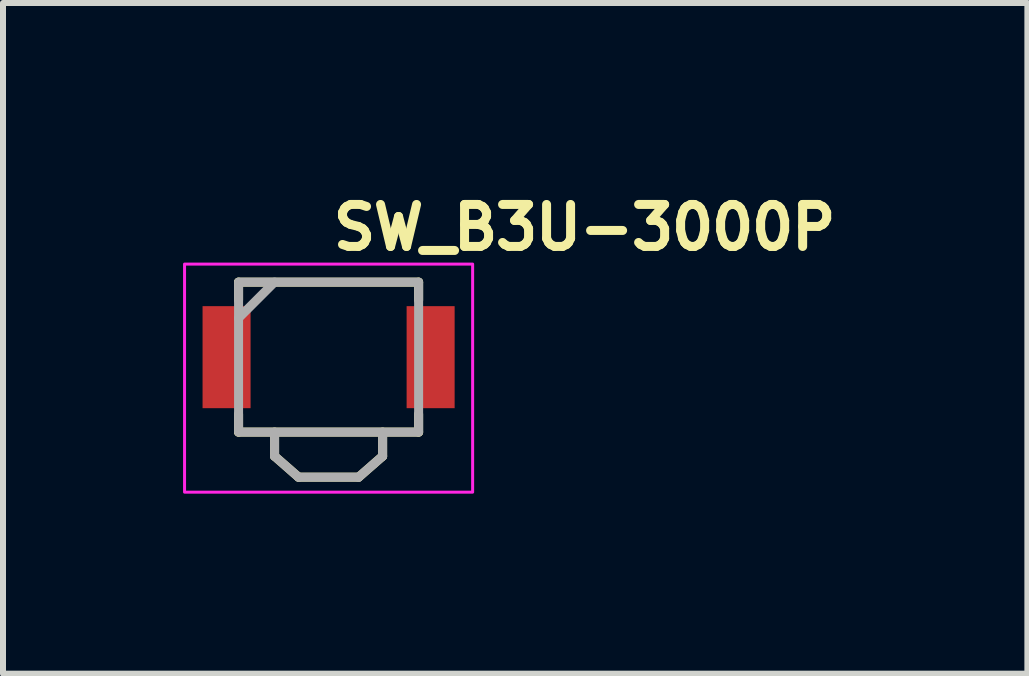
<source format=kicad_pcb>
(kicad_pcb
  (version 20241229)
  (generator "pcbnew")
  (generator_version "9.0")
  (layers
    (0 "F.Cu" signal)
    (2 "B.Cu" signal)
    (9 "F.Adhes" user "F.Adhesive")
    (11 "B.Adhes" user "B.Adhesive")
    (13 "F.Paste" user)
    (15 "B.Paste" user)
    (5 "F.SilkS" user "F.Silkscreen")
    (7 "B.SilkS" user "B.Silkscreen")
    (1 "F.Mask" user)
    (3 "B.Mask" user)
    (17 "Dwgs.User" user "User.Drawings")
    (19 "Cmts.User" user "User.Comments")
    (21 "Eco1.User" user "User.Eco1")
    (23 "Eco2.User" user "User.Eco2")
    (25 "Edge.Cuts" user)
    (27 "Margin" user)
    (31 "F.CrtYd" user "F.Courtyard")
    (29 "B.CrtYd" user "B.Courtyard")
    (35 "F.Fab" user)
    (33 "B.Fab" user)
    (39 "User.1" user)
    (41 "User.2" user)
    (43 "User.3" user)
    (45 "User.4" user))
  (footprint "SW_B3U-3000P"
    (layer "F.Cu")
    (at 2.425 3.25)
    (property "Reference" "SW_B3U-3000P" (at 0 -2.1 0) (layer "F.SilkS") (effects (font (size 0.7 0.7) (thickness 0.15)) (justify left bottom)))
    (attr smd)
    (fp_line (start -1.5 -1.299) (end -1.5 -1.599) (stroke (width 0.15) (type solid)) (layer "F.SilkS"))
    (fp_line (start -1.5 0.9) (end -1.5 0.6) (stroke (width 0.15) (type solid)) (layer "F.SilkS"))
    (fp_line (start -1.5 0.9) (end 1.5 0.9) (stroke (width 0.15) (type solid)) (layer "F.SilkS"))
    (fp_line (start -0.9 0.9) (end -0.9 1.301) (stroke (width 0.15) (type solid)) (layer "F.SilkS"))
    (fp_line (start -0.5 1.651) (end -0.9 1.301) (stroke (width 0.15) (type solid)) (layer "F.SilkS"))
    (fp_line (start 0.5 1.651) (end -0.5 1.651) (stroke (width 0.15) (type solid)) (layer "F.SilkS"))
    (fp_line (start 0.5 1.651) (end 0.9 1.301) (stroke (width 0.15) (type solid)) (layer "F.SilkS"))
    (fp_line (start 0.9 0.9) (end 0.9 1.301) (stroke (width 0.15) (type solid)) (layer "F.SilkS"))
    (fp_line (start 1.5 -1.599) (end -1.501 -1.599) (stroke (width 0.15) (type solid)) (layer "F.SilkS"))
    (fp_line (start 1.5 -1.299) (end 1.5 -1.599) (stroke (width 0.15) (type solid)) (layer "F.SilkS"))
    (fp_line (start 1.5 0.9) (end 1.5 0.6) (stroke (width 0.15) (type solid)) (layer "F.SilkS"))
    (fp_rect (start -2.4 -1.9) (end 2.4 1.9) (stroke (width 0.05) (type solid)) (fill no) (layer "F.CrtYd"))
    (fp_line (start -0.9 -1.6) (end -1.5 -1) (stroke (width 0.15) (type solid)) (layer "F.Fab"))
    (fp_line (start -0.9 0.9) (end -0.9 1.301) (stroke (width 0.15) (type solid)) (layer "F.Fab"))
    (fp_line (start -0.5 1.651) (end -0.9 1.301) (stroke (width 0.15) (type solid)) (layer "F.Fab"))
    (fp_line (start 0.5 1.651) (end -0.5 1.651) (stroke (width 0.15) (type solid)) (layer "F.Fab"))
    (fp_line (start 0.5 1.651) (end 0.9 1.301) (stroke (width 0.15) (type solid)) (layer "F.Fab"))
    (fp_line (start 0.9 0.9) (end 0.9 1.301) (stroke (width 0.15) (type solid)) (layer "F.Fab"))
    (fp_rect (start -1.5 -1.6) (end 1.5 0.9) (stroke (width 0.15) (type solid)) (fill no) (layer "F.Fab"))
    (fp_rect (start -2 -1.6) (end 2 1.6) (stroke (width 0.1) (type solid)) (fill no) (layer "User.5"))
    (fp_line (start -2.001 -1.05) (end -2.001 0.35) (stroke (width 0.02) (type solid)) (layer "User.9"))
    (fp_line (start -2.001 0.35) (end -1.501 0.35) (stroke (width 0.02) (type solid)) (layer "User.9"))
    (fp_line (start -1.501 -1.486) (end -1.501 -1.599) (stroke (width 0.02) (type solid)) (layer "User.9"))
    (fp_line (start -1.501 -1.486) (end -1.476 -1.48) (stroke (width 0.02) (type solid)) (layer "User.9"))
    (fp_line (start -1.501 -1.244) (end -1.501 -0.945) (stroke (width 0.02) (type solid)) (layer "User.9"))
    (fp_line (start -1.501 -1.05) (end -2.001 -1.05) (stroke (width 0.02) (type solid)) (layer "User.9"))
    (fp_line (start -1.501 -0.945) (end -1.496 -0.945) (stroke (width 0.02) (type solid)) (layer "User.9"))
    (fp_line (start -1.501 0.245) (end -1.501 0.544) (stroke (width 0.02) (type solid)) (layer "User.9"))
    (fp_line (start -1.501 0.544) (end -1.5 0.551) (stroke (width 0.02) (type solid)) (layer "User.9"))
    (fp_line (start -1.501 0.787) (end -1.501 -1.486) (stroke (width 0.02) (type solid)) (layer "User.9"))
    (fp_line (start -1.501 0.787) (end -1.501 0.9) (stroke (width 0.02) (type solid)) (layer "User.9"))
    (fp_line (start -1.501 0.787) (end -1.476 0.779) (stroke (width 0.02) (type solid)) (layer "User.9"))
    (fp_line (start -1.5 -1.256) (end -1.5 -1.251) (stroke (width 0.02) (type solid)) (layer "User.9"))
    (fp_line (start -1.5 -1.251) (end -1.501 -1.244) (stroke (width 0.02) (type solid)) (layer "User.9"))
    (fp_line (start -1.5 0.551) (end -1.5 0.556) (stroke (width 0.02) (type solid)) (layer "User.9"))
    (fp_line (start -1.5 0.556) (end -1.499 0.561) (stroke (width 0.02) (type solid)) (layer "User.9"))
    (fp_line (start -1.499 -1.261) (end -1.5 -1.256) (stroke (width 0.02) (type solid)) (layer "User.9"))
    (fp_line (start -1.499 0.561) (end -1.498 0.566) (stroke (width 0.02) (type solid)) (layer "User.9"))
    (fp_line (start -1.498 -1.266) (end -1.499 -1.261) (stroke (width 0.02) (type solid)) (layer "User.9"))
    (fp_line (start -1.498 0.566) (end -1.497 0.571) (stroke (width 0.02) (type solid)) (layer "User.9"))
    (fp_line (start -1.497 -1.271) (end -1.498 -1.266) (stroke (width 0.02) (type solid)) (layer "User.9"))
    (fp_line (start -1.497 0.571) (end -1.496 0.576) (stroke (width 0.02) (type solid)) (layer "User.9"))
    (fp_line (start -1.496 -1.276) (end -1.497 -1.271) (stroke (width 0.02) (type solid)) (layer "User.9"))
    (fp_line (start -1.496 -0.945) (end -1.492 -0.945) (stroke (width 0.02) (type solid)) (layer "User.9"))
    (fp_line (start -1.496 0.245) (end -1.501 0.245) (stroke (width 0.02) (type solid)) (layer "User.9"))
    (fp_line (start -1.496 0.576) (end -1.494 0.581) (stroke (width 0.02) (type solid)) (layer "User.9"))
    (fp_line (start -1.494 -1.281) (end -1.496 -1.276) (stroke (width 0.02) (type solid)) (layer "User.9"))
    (fp_line (start -1.494 0.581) (end -1.492 0.586) (stroke (width 0.02) (type solid)) (layer "User.9"))
    (fp_line (start -1.492 -1.286) (end -1.494 -1.281) (stroke (width 0.02) (type solid)) (layer "User.9"))
    (fp_line (start -1.492 -0.945) (end -1.488 -0.944) (stroke (width 0.02) (type solid)) (layer "User.9"))
    (fp_line (start -1.492 0.245) (end -1.496 0.245) (stroke (width 0.02) (type solid)) (layer "User.9"))
    (fp_line (start -1.492 0.586) (end -1.491 0.59) (stroke (width 0.02) (type solid)) (layer "User.9"))
    (fp_line (start -1.491 -1.29) (end -1.492 -1.286) (stroke (width 0.02) (type solid)) (layer "User.9"))
    (fp_line (start -1.491 0.59) (end -1.489 0.595) (stroke (width 0.02) (type solid)) (layer "User.9"))
    (fp_line (start -1.489 -1.295) (end -1.491 -1.29) (stroke (width 0.02) (type solid)) (layer "User.9"))
    (fp_line (start -1.489 0.595) (end -1.487 0.6) (stroke (width 0.02) (type solid)) (layer "User.9"))
    (fp_line (start -1.488 -0.944) (end -1.484 -0.944) (stroke (width 0.02) (type solid)) (layer "User.9"))
    (fp_line (start -1.488 0.244) (end -1.492 0.245) (stroke (width 0.02) (type solid)) (layer "User.9"))
    (fp_line (start -1.487 -1.3) (end -1.489 -1.295) (stroke (width 0.02) (type solid)) (layer "User.9"))
    (fp_line (start -1.487 0.6) (end -1.484 0.604) (stroke (width 0.02) (type solid)) (layer "User.9"))
    (fp_line (start -1.484 -1.304) (end -1.487 -1.3) (stroke (width 0.02) (type solid)) (layer "User.9"))
    (fp_line (start -1.484 -0.944) (end -1.48 -0.943) (stroke (width 0.02) (type solid)) (layer "User.9"))
    (fp_line (start -1.484 0.244) (end -1.488 0.244) (stroke (width 0.02) (type solid)) (layer "User.9"))
    (fp_line (start -1.484 0.604) (end -1.481 0.608) (stroke (width 0.02) (type solid)) (layer "User.9"))
    (fp_line (start -1.481 -1.308) (end -1.484 -1.304) (stroke (width 0.02) (type solid)) (layer "User.9"))
    (fp_line (start -1.481 0.608) (end -1.478 0.611) (stroke (width 0.02) (type solid)) (layer "User.9"))
    (fp_line (start -1.48 -0.943) (end -1.475 -0.942) (stroke (width 0.02) (type solid)) (layer "User.9"))
    (fp_line (start -1.48 0.243) (end -1.484 0.244) (stroke (width 0.02) (type solid)) (layer "User.9"))
    (fp_line (start -1.478 -1.311) (end -1.481 -1.308) (stroke (width 0.02) (type solid)) (layer "User.9"))
    (fp_line (start -1.478 0.611) (end -1.473 0.615) (stroke (width 0.02) (type solid)) (layer "User.9"))
    (fp_line (start -1.476 -1.48) (end -1.476 -1.313) (stroke (width 0.02) (type solid)) (layer "User.9"))
    (fp_line (start -1.476 -1.48) (end -1.251 -1.48) (stroke (width 0.02) (type solid)) (layer "User.9"))
    (fp_line (start -1.476 -0.942) (end -1.476 0.242) (stroke (width 0.02) (type solid)) (layer "User.9"))
    (fp_line (start -1.476 0.613) (end -1.476 0.779) (stroke (width 0.02) (type solid)) (layer "User.9"))
    (fp_line (start -1.476 0.779) (end -1.251 0.779) (stroke (width 0.02) (type solid)) (layer "User.9"))
    (fp_line (start -1.475 -0.942) (end -1.467 -0.94) (stroke (width 0.02) (type solid)) (layer "User.9"))
    (fp_line (start -1.475 0.242) (end -1.48 0.243) (stroke (width 0.02) (type solid)) (layer "User.9"))
    (fp_line (start -1.473 -1.315) (end -1.478 -1.311) (stroke (width 0.02) (type solid)) (layer "User.9"))
    (fp_line (start -1.473 0.615) (end -1.47 0.619) (stroke (width 0.02) (type solid)) (layer "User.9"))
    (fp_line (start -1.471 0.241) (end -1.475 0.242) (stroke (width 0.02) (type solid)) (layer "User.9"))
    (fp_line (start -1.47 -1.319) (end -1.473 -1.315) (stroke (width 0.02) (type solid)) (layer "User.9"))
    (fp_line (start -1.47 -1.319) (end -1.47 -1.319) (stroke (width 0.02) (type solid)) (layer "User.9"))
    (fp_line (start -1.47 0.619) (end -1.47 0.619) (stroke (width 0.02) (type solid)) (layer "User.9"))
    (fp_line (start -1.47 0.619) (end -1.466 0.623) (stroke (width 0.02) (type solid)) (layer "User.9"))
    (fp_line (start -1.467 -0.94) (end -1.46 -0.937) (stroke (width 0.02) (type solid)) (layer "User.9"))
    (fp_line (start -1.467 0.24) (end -1.471 0.241) (stroke (width 0.02) (type solid)) (layer "User.9"))
    (fp_line (start -1.466 -1.323) (end -1.47 -1.319) (stroke (width 0.02) (type solid)) (layer "User.9"))
    (fp_line (start -1.466 0.623) (end -1.462 0.626) (stroke (width 0.02) (type solid)) (layer "User.9"))
    (fp_line (start -1.463 0.238) (end -1.467 0.24) (stroke (width 0.02) (type solid)) (layer "User.9"))
    (fp_line (start -1.462 -1.326) (end -1.466 -1.323) (stroke (width 0.02) (type solid)) (layer "User.9"))
    (fp_line (start -1.462 0.626) (end -1.459 0.629) (stroke (width 0.02) (type solid)) (layer "User.9"))
    (fp_line (start -1.46 -0.937) (end -1.452 -0.933) (stroke (width 0.02) (type solid)) (layer "User.9"))
    (fp_line (start -1.46 0.237) (end -1.463 0.238) (stroke (width 0.02) (type solid)) (layer "User.9"))
    (fp_line (start -1.459 -1.329) (end -1.462 -1.326) (stroke (width 0.02) (type solid)) (layer "User.9"))
    (fp_line (start -1.459 0.629) (end -1.455 0.632) (stroke (width 0.02) (type solid)) (layer "User.9"))
    (fp_line (start -1.456 0.235) (end -1.46 0.237) (stroke (width 0.02) (type solid)) (layer "User.9"))
    (fp_line (start -1.455 -1.332) (end -1.459 -1.329) (stroke (width 0.02) (type solid)) (layer "User.9"))
    (fp_line (start -1.455 0.632) (end -1.45 0.635) (stroke (width 0.02) (type solid)) (layer "User.9"))
    (fp_line (start -1.452 -0.933) (end -1.444 -0.929) (stroke (width 0.02) (type solid)) (layer "User.9"))
    (fp_line (start -1.452 0.233) (end -1.456 0.235) (stroke (width 0.02) (type solid)) (layer "User.9"))
    (fp_line (start -1.45 -1.335) (end -1.455 -1.332) (stroke (width 0.02) (type solid)) (layer "User.9"))
    (fp_line (start -1.45 -0.752) (end -1.45 0.052) (stroke (width 0.02) (type solid)) (layer "User.9"))
    (fp_line (start -1.45 0.052) (end -1.446 0.055) (stroke (width 0.02) (type solid)) (layer "User.9"))
    (fp_line (start -1.45 0.635) (end -1.446 0.637) (stroke (width 0.02) (type solid)) (layer "User.9"))
    (fp_line (start -1.449 -1.599) (end -1.289 -1.599) (stroke (width 0.02) (type solid)) (layer "User.9"))
    (fp_line (start -1.449 0.231) (end -1.452 0.233) (stroke (width 0.02) (type solid)) (layer "User.9"))
    (fp_line (start -1.446 -1.337) (end -1.45 -1.335) (stroke (width 0.02) (type solid)) (layer "User.9"))
    (fp_line (start -1.446 0.055) (end -1.442 0.057) (stroke (width 0.02) (type solid)) (layer "User.9"))
    (fp_line (start -1.446 0.637) (end -1.44 0.64) (stroke (width 0.02) (type solid)) (layer "User.9"))
    (fp_line (start -1.444 -0.929) (end -1.437 -0.925) (stroke (width 0.02) (type solid)) (layer "User.9"))
    (fp_line (start -1.444 0.229) (end -1.449 0.231) (stroke (width 0.02) (type solid)) (layer "User.9"))
    (fp_line (start -1.442 -0.757) (end -1.45 -0.752) (stroke (width 0.02) (type solid)) (layer "User.9"))
    (fp_line (start -1.442 0.057) (end -1.438 0.06) (stroke (width 0.02) (type solid)) (layer "User.9"))
    (fp_line (start -1.441 0.227) (end -1.444 0.229) (stroke (width 0.02) (type solid)) (layer "User.9"))
    (fp_line (start -1.44 -1.34) (end -1.446 -1.337) (stroke (width 0.02) (type solid)) (layer "User.9"))
    (fp_line (start -1.44 0.64) (end -1.435 0.642) (stroke (width 0.02) (type solid)) (layer "User.9"))
    (fp_line (start -1.438 0.06) (end -1.435 0.062) (stroke (width 0.02) (type solid)) (layer "User.9"))
    (fp_line (start -1.437 -0.925) (end -1.431 -0.919) (stroke (width 0.02) (type solid)) (layer "User.9"))
    (fp_line (start -1.437 0.225) (end -1.441 0.227) (stroke (width 0.02) (type solid)) (layer "User.9"))
    (fp_line (start -1.435 -1.342) (end -1.44 -1.34) (stroke (width 0.02) (type solid)) (layer "User.9"))
    (fp_line (start -1.435 -0.762) (end -1.442 -0.757) (stroke (width 0.02) (type solid)) (layer "User.9"))
    (fp_line (start -1.435 0.062) (end -1.432 0.065) (stroke (width 0.02) (type solid)) (layer "User.9"))
    (fp_line (start -1.435 0.642) (end -1.431 0.644) (stroke (width 0.02) (type solid)) (layer "User.9"))
    (fp_line (start -1.434 0.222) (end -1.437 0.225) (stroke (width 0.02) (type solid)) (layer "User.9"))
    (fp_line (start -1.432 0.065) (end -1.428 0.067) (stroke (width 0.02) (type solid)) (layer "User.9"))
    (fp_line (start -1.431 -1.344) (end -1.435 -1.342) (stroke (width 0.02) (type solid)) (layer "User.9"))
    (fp_line (start -1.431 -0.919) (end -1.425 -0.914) (stroke (width 0.02) (type solid)) (layer "User.9"))
    (fp_line (start -1.431 0.219) (end -1.434 0.222) (stroke (width 0.02) (type solid)) (layer "User.9"))
    (fp_line (start -1.431 0.644) (end -1.426 0.645) (stroke (width 0.02) (type solid)) (layer "User.9"))
    (fp_line (start -1.428 -0.767) (end -1.435 -0.762) (stroke (width 0.02) (type solid)) (layer "User.9"))
    (fp_line (start -1.428 0.067) (end -1.425 0.07) (stroke (width 0.02) (type solid)) (layer "User.9"))
    (fp_line (start -1.428 0.217) (end -1.431 0.219) (stroke (width 0.02) (type solid)) (layer "User.9"))
    (fp_line (start -1.426 -1.345) (end -1.431 -1.344) (stroke (width 0.02) (type solid)) (layer "User.9"))
    (fp_line (start -1.426 0.645) (end -1.421 0.647) (stroke (width 0.02) (type solid)) (layer "User.9"))
    (fp_line (start -1.425 -0.914) (end -1.419 -0.907) (stroke (width 0.02) (type solid)) (layer "User.9"))
    (fp_line (start -1.425 0.07) (end -1.423 0.073) (stroke (width 0.02) (type solid)) (layer "User.9"))
    (fp_line (start -1.425 0.214) (end -1.428 0.217) (stroke (width 0.02) (type solid)) (layer "User.9"))
    (fp_line (start -1.423 -0.773) (end -1.428 -0.767) (stroke (width 0.02) (type solid)) (layer "User.9"))
    (fp_line (start -1.423 0.073) (end -1.42 0.076) (stroke (width 0.02) (type solid)) (layer "User.9"))
    (fp_line (start -1.422 0.21) (end -1.425 0.214) (stroke (width 0.02) (type solid)) (layer "User.9"))
    (fp_line (start -1.421 -1.347) (end -1.426 -1.345) (stroke (width 0.02) (type solid)) (layer "User.9"))
    (fp_line (start -1.421 0.647) (end -1.416 0.648) (stroke (width 0.02) (type solid)) (layer "User.9"))
    (fp_line (start -1.42 0.076) (end -1.417 0.08) (stroke (width 0.02) (type solid)) (layer "User.9"))
    (fp_line (start -1.419 -0.907) (end -1.414 -0.9) (stroke (width 0.02) (type solid)) (layer "User.9"))
    (fp_line (start -1.419 0.207) (end -1.422 0.21) (stroke (width 0.02) (type solid)) (layer "User.9"))
    (fp_line (start -1.417 -0.78) (end -1.423 -0.773) (stroke (width 0.02) (type solid)) (layer "User.9"))
    (fp_line (start -1.417 0.08) (end -1.415 0.083) (stroke (width 0.02) (type solid)) (layer "User.9"))
    (fp_line (start -1.417 0.204) (end -1.419 0.207) (stroke (width 0.02) (type solid)) (layer "User.9"))
    (fp_line (start -1.416 -1.348) (end -1.421 -1.347) (stroke (width 0.02) (type solid)) (layer "User.9"))
    (fp_line (start -1.416 0.648) (end -1.412 0.649) (stroke (width 0.02) (type solid)) (layer "User.9"))
    (fp_line (start -1.415 0.083) (end -1.413 0.087) (stroke (width 0.02) (type solid)) (layer "User.9"))
    (fp_line (start -1.414 -0.9) (end -1.411 -0.893) (stroke (width 0.02) (type solid)) (layer "User.9"))
    (fp_line (start -1.414 0.2) (end -1.417 0.204) (stroke (width 0.02) (type solid)) (layer "User.9"))
    (fp_line (start -1.413 -0.787) (end -1.417 -0.78) (stroke (width 0.02) (type solid)) (layer "User.9"))
    (fp_line (start -1.413 0.087) (end -1.411 0.09) (stroke (width 0.02) (type solid)) (layer "User.9"))
    (fp_line (start -1.412 -1.349) (end -1.416 -1.348) (stroke (width 0.02) (type solid)) (layer "User.9"))
    (fp_line (start -1.412 0.197) (end -1.414 0.2) (stroke (width 0.02) (type solid)) (layer "User.9"))
    (fp_line (start -1.412 0.649) (end -1.406 0.649) (stroke (width 0.02) (type solid)) (layer "User.9"))
    (fp_line (start -1.411 -0.893) (end -1.409 -0.889) (stroke (width 0.02) (type solid)) (layer "User.9"))
    (fp_line (start -1.411 0.09) (end -1.409 0.094) (stroke (width 0.02) (type solid)) (layer "User.9"))
    (fp_line (start -1.411 0.193) (end -1.412 0.197) (stroke (width 0.02) (type solid)) (layer "User.9"))
    (fp_line (start -1.409 -0.889) (end -1.407 -0.885) (stroke (width 0.02) (type solid)) (layer "User.9"))
    (fp_line (start -1.409 -0.794) (end -1.413 -0.787) (stroke (width 0.02) (type solid)) (layer "User.9"))
    (fp_line (start -1.409 0.094) (end -1.408 0.099) (stroke (width 0.02) (type solid)) (layer "User.9"))
    (fp_line (start -1.409 0.189) (end -1.411 0.193) (stroke (width 0.02) (type solid)) (layer "User.9"))
    (fp_line (start -1.408 0.099) (end -1.406 0.102) (stroke (width 0.02) (type solid)) (layer "User.9"))
    (fp_line (start -1.407 -1.349) (end -1.412 -1.349) (stroke (width 0.02) (type solid)) (layer "User.9"))
    (fp_line (start -1.407 -0.885) (end -1.405 -0.882) (stroke (width 0.02) (type solid)) (layer "User.9"))
    (fp_line (start -1.407 0.185) (end -1.409 0.189) (stroke (width 0.02) (type solid)) (layer "User.9"))
    (fp_line (start -1.406 -0.802) (end -1.409 -0.794) (stroke (width 0.02) (type solid)) (layer "User.9"))
    (fp_line (start -1.406 0.102) (end -1.404 0.106) (stroke (width 0.02) (type solid)) (layer "User.9"))
    (fp_line (start -1.406 0.649) (end -1.401 0.65) (stroke (width 0.02) (type solid)) (layer "User.9"))
    (fp_line (start -1.405 -0.882) (end -1.404 -0.877) (stroke (width 0.02) (type solid)) (layer "User.9"))
    (fp_line (start -1.405 0.182) (end -1.407 0.185) (stroke (width 0.02) (type solid)) (layer "User.9"))
    (fp_line (start -1.404 -0.877) (end -1.402 -0.873) (stroke (width 0.02) (type solid)) (layer "User.9"))
    (fp_line (start -1.404 0.106) (end -1.403 0.11) (stroke (width 0.02) (type solid)) (layer "User.9"))
    (fp_line (start -1.404 0.177) (end -1.405 0.182) (stroke (width 0.02) (type solid)) (layer "User.9"))
    (fp_line (start -1.403 -0.81) (end -1.406 -0.802) (stroke (width 0.02) (type solid)) (layer "User.9"))
    (fp_line (start -1.403 0.11) (end -1.402 0.114) (stroke (width 0.02) (type solid)) (layer "User.9"))
    (fp_line (start -1.402 -0.873) (end -1.401 -0.869) (stroke (width 0.02) (type solid)) (layer "User.9"))
    (fp_line (start -1.402 0.114) (end -1.401 0.118) (stroke (width 0.02) (type solid)) (layer "User.9"))
    (fp_line (start -1.402 0.173) (end -1.404 0.177) (stroke (width 0.02) (type solid)) (layer "User.9"))
    (fp_line (start -1.401 -1.351) (end -1.407 -1.349) (stroke (width 0.02) (type solid)) (layer "User.9"))
    (fp_line (start -1.401 -0.869) (end -1.401 -0.869) (stroke (width 0.02) (type solid)) (layer "User.9"))
    (fp_line (start -1.401 -0.869) (end -1.399 -0.86) (stroke (width 0.02) (type solid)) (layer "User.9"))
    (fp_line (start -1.401 -0.818) (end -1.403 -0.81) (stroke (width 0.02) (type solid)) (layer "User.9"))
    (fp_line (start -1.401 0.118) (end -1.4 0.122) (stroke (width 0.02) (type solid)) (layer "User.9"))
    (fp_line (start -1.401 0.169) (end -1.402 0.173) (stroke (width 0.02) (type solid)) (layer "User.9"))
    (fp_line (start -1.401 0.169) (end -1.401 0.169) (stroke (width 0.02) (type solid)) (layer "User.9"))
    (fp_line (start -1.401 0.65) (end -1.396 0.65) (stroke (width 0.02) (type solid)) (layer "User.9"))
    (fp_line (start -1.4 0.122) (end -1.399 0.127) (stroke (width 0.02) (type solid)) (layer "User.9"))
    (fp_line (start -1.4 0.165) (end -1.401 0.169) (stroke (width 0.02) (type solid)) (layer "User.9"))
    (fp_line (start -1.399 -0.86) (end -1.398 -0.851) (stroke (width 0.02) (type solid)) (layer "User.9"))
    (fp_line (start -1.399 -0.827) (end -1.401 -0.818) (stroke (width 0.02) (type solid)) (layer "User.9"))
    (fp_line (start -1.399 0.127) (end -1.398 0.13) (stroke (width 0.02) (type solid)) (layer "User.9"))
    (fp_line (start -1.399 0.155) (end -1.399 0.16) (stroke (width 0.02) (type solid)) (layer "User.9"))
    (fp_line (start -1.399 0.16) (end -1.4 0.165) (stroke (width 0.02) (type solid)) (layer "User.9"))
    (fp_line (start -1.398 -0.851) (end -1.398 -0.842) (stroke (width 0.02) (type solid)) (layer "User.9"))
    (fp_line (start -1.398 -0.842) (end -1.398 -0.834) (stroke (width 0.02) (type solid)) (layer "User.9"))
    (fp_line (start -1.398 -0.834) (end -1.399 -0.827) (stroke (width 0.02) (type solid)) (layer "User.9"))
    (fp_line (start -1.398 0.13) (end -1.398 0.134) (stroke (width 0.02) (type solid)) (layer "User.9"))
    (fp_line (start -1.398 0.134) (end -1.398 0.138) (stroke (width 0.02) (type solid)) (layer "User.9"))
    (fp_line (start -1.398 0.138) (end -1.398 0.142) (stroke (width 0.02) (type solid)) (layer "User.9"))
    (fp_line (start -1.398 0.142) (end -1.398 0.147) (stroke (width 0.02) (type solid)) (layer "User.9"))
    (fp_line (start -1.398 0.147) (end -1.398 0.151) (stroke (width 0.02) (type solid)) (layer "User.9"))
    (fp_line (start -1.398 0.151) (end -1.399 0.155) (stroke (width 0.02) (type solid)) (layer "User.9"))
    (fp_line (start -1.396 -1.351) (end -1.401 -1.351) (stroke (width 0.02) (type solid)) (layer "User.9"))
    (fp_line (start -1.396 0.65) (end -1.335 0.65) (stroke (width 0.02) (type solid)) (layer "User.9"))
    (fp_line (start -1.351 -1.599) (end -1.501 -1.599) (stroke (width 0.02) (type solid)) (layer "User.9"))
    (fp_line (start -1.351 0.9) (end -1.501 0.9) (stroke (width 0.02) (type solid)) (layer "User.9"))
    (fp_line (start -1.342 -1.601) (end -1.351 -1.599) (stroke (width 0.02) (type solid)) (layer "User.9"))
    (fp_line (start -1.342 0.9) (end -1.351 0.9) (stroke (width 0.02) (type solid)) (layer "User.9"))
    (fp_line (start -1.335 -1.351) (end -1.396 -1.351) (stroke (width 0.02) (type solid)) (layer "User.9"))
    (fp_line (start -1.335 0.65) (end -1.329 0.65) (stroke (width 0.02) (type solid)) (layer "User.9"))
    (fp_line (start -1.333 -1.599) (end -1.342 -1.601) (stroke (width 0.02) (type solid)) (layer "User.9"))
    (fp_line (start -1.333 0.9) (end -1.342 0.9) (stroke (width 0.02) (type solid)) (layer "User.9"))
    (fp_line (start -1.329 -1.351) (end -1.335 -1.351) (stroke (width 0.02) (type solid)) (layer "User.9"))
    (fp_line (start -1.329 0.65) (end -1.324 0.65) (stroke (width 0.02) (type solid)) (layer "User.9"))
    (fp_line (start -1.324 -1.599) (end -1.333 -1.599) (stroke (width 0.02) (type solid)) (layer "User.9"))
    (fp_line (start -1.324 -1.351) (end -1.329 -1.351) (stroke (width 0.02) (type solid)) (layer "User.9"))
    (fp_line (start -1.324 0.65) (end -1.319 0.652) (stroke (width 0.02) (type solid)) (layer "User.9"))
    (fp_line (start -1.324 0.9) (end -1.333 0.9) (stroke (width 0.02) (type solid)) (layer "User.9"))
    (fp_line (start -1.319 -1.351) (end -1.324 -1.351) (stroke (width 0.02) (type solid)) (layer "User.9"))
    (fp_line (start -1.319 0.652) (end -1.313 0.652) (stroke (width 0.02) (type solid)) (layer "User.9"))
    (fp_line (start -1.313 -1.599) (end -1.324 -1.599) (stroke (width 0.02) (type solid)) (layer "User.9"))
    (fp_line (start -1.313 -1.353) (end -1.319 -1.351) (stroke (width 0.02) (type solid)) (layer "User.9"))
    (fp_line (start -1.313 0.652) (end -1.308 0.654) (stroke (width 0.02) (type solid)) (layer "User.9"))
    (fp_line (start -1.313 0.898) (end -1.324 0.9) (stroke (width 0.02) (type solid)) (layer "User.9"))
    (fp_line (start -1.308 -1.353) (end -1.313 -1.353) (stroke (width 0.02) (type solid)) (layer "User.9"))
    (fp_line (start -1.308 0.654) (end -1.303 0.656) (stroke (width 0.02) (type solid)) (layer "User.9"))
    (fp_line (start -1.304 -1.597) (end -1.313 -1.599) (stroke (width 0.02) (type solid)) (layer "User.9"))
    (fp_line (start -1.304 0.898) (end -1.313 0.898) (stroke (width 0.02) (type solid)) (layer "User.9"))
    (fp_line (start -1.303 -1.355) (end -1.308 -1.353) (stroke (width 0.02) (type solid)) (layer "User.9"))
    (fp_line (start -1.303 0.656) (end -1.298 0.656) (stroke (width 0.02) (type solid)) (layer "User.9"))
    (fp_line (start -1.298 -1.357) (end -1.303 -1.355) (stroke (width 0.02) (type solid)) (layer "User.9"))
    (fp_line (start -1.298 0.656) (end -1.293 0.658) (stroke (width 0.02) (type solid)) (layer "User.9"))
    (fp_line (start -1.296 -1.595) (end -1.304 -1.597) (stroke (width 0.02) (type solid)) (layer "User.9"))
    (fp_line (start -1.296 0.896) (end -1.304 0.898) (stroke (width 0.02) (type solid)) (layer "User.9"))
    (fp_line (start -1.293 -1.359) (end -1.298 -1.357) (stroke (width 0.02) (type solid)) (layer "User.9"))
    (fp_line (start -1.293 0.658) (end -1.288 0.66) (stroke (width 0.02) (type solid)) (layer "User.9"))
    (fp_line (start -1.289 -1.599) (end -1.228 -1.599) (stroke (width 0.02) (type solid)) (layer "User.9"))
    (fp_line (start -1.289 0.9) (end -1.449 0.9) (stroke (width 0.02) (type solid)) (layer "User.9"))
    (fp_line (start -1.288 -1.595) (end -1.296 -1.595) (stroke (width 0.02) (type solid)) (layer "User.9"))
    (fp_line (start -1.288 -1.361) (end -1.293 -1.359) (stroke (width 0.02) (type solid)) (layer "User.9"))
    (fp_line (start -1.288 0.66) (end -1.284 0.662) (stroke (width 0.02) (type solid)) (layer "User.9"))
    (fp_line (start -1.288 0.894) (end -1.296 0.896) (stroke (width 0.02) (type solid)) (layer "User.9"))
    (fp_line (start -1.284 -1.363) (end -1.288 -1.361) (stroke (width 0.02) (type solid)) (layer "User.9"))
    (fp_line (start -1.284 0.662) (end -1.28 0.666) (stroke (width 0.02) (type solid)) (layer "User.9"))
    (fp_line (start -1.281 -1.593) (end -1.288 -1.595) (stroke (width 0.02) (type solid)) (layer "User.9"))
    (fp_line (start -1.281 0.892) (end -1.288 0.894) (stroke (width 0.02) (type solid)) (layer "User.9"))
    (fp_line (start -1.28 -1.365) (end -1.284 -1.363) (stroke (width 0.02) (type solid)) (layer "User.9"))
    (fp_line (start -1.28 0.666) (end -1.276 0.668) (stroke (width 0.02) (type solid)) (layer "User.9"))
    (fp_line (start -1.276 -1.369) (end -1.28 -1.365) (stroke (width 0.02) (type solid)) (layer "User.9"))
    (fp_line (start -1.276 0.668) (end -1.272 0.672) (stroke (width 0.02) (type solid)) (layer "User.9"))
    (fp_line (start -1.274 -1.591) (end -1.281 -1.593) (stroke (width 0.02) (type solid)) (layer "User.9"))
    (fp_line (start -1.274 0.89) (end -1.281 0.892) (stroke (width 0.02) (type solid)) (layer "User.9"))
    (fp_line (start -1.272 -1.371) (end -1.276 -1.369) (stroke (width 0.02) (type solid)) (layer "User.9"))
    (fp_line (start -1.272 0.672) (end -1.268 0.675) (stroke (width 0.02) (type solid)) (layer "User.9"))
    (fp_line (start -1.268 -1.589) (end -1.274 -1.591) (stroke (width 0.02) (type solid)) (layer "User.9"))
    (fp_line (start -1.268 -1.374) (end -1.272 -1.371) (stroke (width 0.02) (type solid)) (layer "User.9"))
    (fp_line (start -1.268 0.675) (end -1.264 0.677) (stroke (width 0.02) (type solid)) (layer "User.9"))
    (fp_line (start -1.268 0.888) (end -1.274 0.89) (stroke (width 0.02) (type solid)) (layer "User.9"))
    (fp_line (start -1.264 -1.378) (end -1.268 -1.374) (stroke (width 0.02) (type solid)) (layer "User.9"))
    (fp_line (start -1.264 0.677) (end -1.26 0.681) (stroke (width 0.02) (type solid)) (layer "User.9"))
    (fp_line (start -1.263 -1.587) (end -1.268 -1.589) (stroke (width 0.02) (type solid)) (layer "User.9"))
    (fp_line (start -1.263 0.886) (end -1.268 0.888) (stroke (width 0.02) (type solid)) (layer "User.9"))
    (fp_line (start -1.26 -1.585) (end -1.263 -1.587) (stroke (width 0.02) (type solid)) (layer "User.9"))
    (fp_line (start -1.26 -1.38) (end -1.264 -1.378) (stroke (width 0.02) (type solid)) (layer "User.9"))
    (fp_line (start -1.26 0.681) (end -1.257 0.685) (stroke (width 0.02) (type solid)) (layer "User.9"))
    (fp_line (start -1.26 0.886) (end -1.263 0.886) (stroke (width 0.02) (type solid)) (layer "User.9"))
    (fp_line (start -1.258 -1.585) (end -1.26 -1.585) (stroke (width 0.02) (type solid)) (layer "User.9"))
    (fp_line (start -1.258 0.884) (end -1.26 0.886) (stroke (width 0.02) (type solid)) (layer "User.9"))
    (fp_line (start -1.257 -1.384) (end -1.26 -1.38) (stroke (width 0.02) (type solid)) (layer "User.9"))
    (fp_line (start -1.257 0.685) (end -1.254 0.689) (stroke (width 0.02) (type solid)) (layer "User.9"))
    (fp_line (start -1.256 -1.583) (end -1.258 -1.585) (stroke (width 0.02) (type solid)) (layer "User.9"))
    (fp_line (start -1.256 0.882) (end -1.258 0.884) (stroke (width 0.02) (type solid)) (layer "User.9"))
    (fp_line (start -1.255 -1.581) (end -1.256 -1.583) (stroke (width 0.02) (type solid)) (layer "User.9"))
    (fp_line (start -1.255 0.882) (end -1.256 0.882) (stroke (width 0.02) (type solid)) (layer "User.9"))
    (fp_line (start -1.254 -1.581) (end -1.255 -1.581) (stroke (width 0.02) (type solid)) (layer "User.9"))
    (fp_line (start -1.254 -1.388) (end -1.257 -1.384) (stroke (width 0.02) (type solid)) (layer "User.9"))
    (fp_line (start -1.254 0.689) (end -1.249 0.693) (stroke (width 0.02) (type solid)) (layer "User.9"))
    (fp_line (start -1.254 0.88) (end -1.255 0.882) (stroke (width 0.02) (type solid)) (layer "User.9"))
    (fp_line (start -1.251 -1.579) (end -1.254 -1.581) (stroke (width 0.02) (type solid)) (layer "User.9"))
    (fp_line (start -1.251 -1.579) (end -1.251 -1.579) (stroke (width 0.02) (type solid)) (layer "User.9"))
    (fp_line (start -1.251 -1.575) (end -1.25 -1.575) (stroke (width 0.02) (type solid)) (layer "User.9"))
    (fp_line (start -1.251 -1.48) (end -1.251 -1.575) (stroke (width 0.02) (type solid)) (layer "User.9"))
    (fp_line (start -1.251 -1.48) (end -1.228 -1.48) (stroke (width 0.02) (type solid)) (layer "User.9"))
    (fp_line (start -1.251 -1.454) (end -1.251 -1.48) (stroke (width 0.02) (type solid)) (layer "User.9"))
    (fp_line (start -1.251 0.755) (end -1.251 0.779) (stroke (width 0.02) (type solid)) (layer "User.9"))
    (fp_line (start -1.251 0.755) (end -1.228 0.755) (stroke (width 0.02) (type solid)) (layer "User.9"))
    (fp_line (start -1.251 0.779) (end -1.251 0.874) (stroke (width 0.02) (type solid)) (layer "User.9"))
    (fp_line (start -1.251 0.874) (end -1.25 0.876) (stroke (width 0.02) (type solid)) (layer "User.9"))
    (fp_line (start -1.251 0.878) (end -1.251 0.88) (stroke (width 0.02) (type solid)) (layer "User.9"))
    (fp_line (start -1.251 0.88) (end -1.254 0.88) (stroke (width 0.02) (type solid)) (layer "User.9"))
    (fp_line (start -1.25 -1.577) (end -1.251 -1.579) (stroke (width 0.02) (type solid)) (layer "User.9"))
    (fp_line (start -1.25 -1.575) (end -1.25 -1.577) (stroke (width 0.02) (type solid)) (layer "User.9"))
    (fp_line (start -1.25 0.876) (end -1.25 0.878) (stroke (width 0.02) (type solid)) (layer "User.9"))
    (fp_line (start -1.25 0.878) (end -1.251 0.878) (stroke (width 0.02) (type solid)) (layer "User.9"))
    (fp_line (start -1.249 -1.392) (end -1.254 -1.388) (stroke (width 0.02) (type solid)) (layer "User.9"))
    (fp_line (start -1.249 0.693) (end -1.247 0.697) (stroke (width 0.02) (type solid)) (layer "User.9"))
    (fp_line (start -1.247 -1.396) (end -1.249 -1.392) (stroke (width 0.02) (type solid)) (layer "User.9"))
    (fp_line (start -1.247 0.697) (end -1.244 0.701) (stroke (width 0.02) (type solid)) (layer "User.9"))
    (fp_line (start -1.244 -1.4) (end -1.247 -1.396) (stroke (width 0.02) (type solid)) (layer "User.9"))
    (fp_line (start -1.244 0.701) (end -1.241 0.705) (stroke (width 0.02) (type solid)) (layer "User.9"))
    (fp_line (start -1.241 -1.406) (end -1.244 -1.4) (stroke (width 0.02) (type solid)) (layer "User.9"))
    (fp_line (start -1.241 0.705) (end -1.239 0.709) (stroke (width 0.02) (type solid)) (layer "User.9"))
    (fp_line (start -1.239 -1.41) (end -1.241 -1.406) (stroke (width 0.02) (type solid)) (layer "User.9"))
    (fp_line (start -1.239 0.709) (end -1.237 0.715) (stroke (width 0.02) (type solid)) (layer "User.9"))
    (fp_line (start -1.237 -1.414) (end -1.239 -1.41) (stroke (width 0.02) (type solid)) (layer "User.9"))
    (fp_line (start -1.237 0.715) (end -1.235 0.719) (stroke (width 0.02) (type solid)) (layer "User.9"))
    (fp_line (start -1.235 -1.418) (end -1.237 -1.414) (stroke (width 0.02) (type solid)) (layer "User.9"))
    (fp_line (start -1.235 0.719) (end -1.233 0.723) (stroke (width 0.02) (type solid)) (layer "User.9"))
    (fp_line (start -1.233 -1.424) (end -1.235 -1.418) (stroke (width 0.02) (type solid)) (layer "User.9"))
    (fp_line (start -1.233 0.723) (end -1.232 0.729) (stroke (width 0.02) (type solid)) (layer "User.9"))
    (fp_line (start -1.232 -1.428) (end -1.233 -1.424) (stroke (width 0.02) (type solid)) (layer "User.9"))
    (fp_line (start -1.232 0.729) (end -1.23 0.733) (stroke (width 0.02) (type solid)) (layer "User.9"))
    (fp_line (start -1.23 -1.434) (end -1.232 -1.428) (stroke (width 0.02) (type solid)) (layer "User.9"))
    (fp_line (start -1.23 0.733) (end -1.229 0.739) (stroke (width 0.02) (type solid)) (layer "User.9"))
    (fp_line (start -1.229 -1.444) (end -1.229 -1.44) (stroke (width 0.02) (type solid)) (layer "User.9"))
    (fp_line (start -1.229 -1.44) (end -1.23 -1.434) (stroke (width 0.02) (type solid)) (layer "User.9"))
    (fp_line (start -1.229 0.739) (end -1.229 0.745) (stroke (width 0.02) (type solid)) (layer "User.9"))
    (fp_line (start -1.229 0.745) (end -1.228 0.749) (stroke (width 0.02) (type solid)) (layer "User.9"))
    (fp_line (start -1.228 -1.454) (end -1.251 -1.454) (stroke (width 0.02) (type solid)) (layer "User.9"))
    (fp_line (start -1.228 -1.454) (end -1.228 -1.599) (stroke (width 0.02) (type solid)) (layer "User.9"))
    (fp_line (start -1.228 -1.454) (end -1.228 -1.45) (stroke (width 0.02) (type solid)) (layer "User.9"))
    (fp_line (start -1.228 -1.45) (end -1.229 -1.444) (stroke (width 0.02) (type solid)) (layer "User.9"))
    (fp_line (start -1.228 0.749) (end -1.228 0.755) (stroke (width 0.02) (type solid)) (layer "User.9"))
    (fp_line (start -1.228 0.779) (end -1.251 0.779) (stroke (width 0.02) (type solid)) (layer "User.9"))
    (fp_line (start -1.228 0.9) (end -1.289 0.9) (stroke (width 0.02) (type solid)) (layer "User.9"))
    (fp_line (start -1.228 0.9) (end -1.228 0.755) (stroke (width 0.02) (type solid)) (layer "User.9"))
    (fp_line (start -0.932 0.795) (end -0.931 0.789) (stroke (width 0.02) (type solid)) (layer "User.9"))
    (fp_line (start -0.932 0.801) (end -0.932 0.755) (stroke (width 0.02) (type solid)) (layer "User.9"))
    (fp_line (start -0.932 0.801) (end -0.932 0.795) (stroke (width 0.02) (type solid)) (layer "User.9"))
    (fp_line (start -0.932 0.801) (end -0.932 0.9) (stroke (width 0.02) (type solid)) (layer "User.9"))
    (fp_line (start -0.932 0.9) (end -1.228 0.9) (stroke (width 0.02) (type solid)) (layer "User.9"))
    (fp_line (start -0.931 0.789) (end -0.93 0.783) (stroke (width 0.02) (type solid)) (layer "User.9"))
    (fp_line (start -0.93 0.783) (end -0.929 0.777) (stroke (width 0.02) (type solid)) (layer "User.9"))
    (fp_line (start -0.929 0.777) (end -0.928 0.771) (stroke (width 0.02) (type solid)) (layer "User.9"))
    (fp_line (start -0.928 0.771) (end -0.926 0.765) (stroke (width 0.02) (type solid)) (layer "User.9"))
    (fp_line (start -0.926 0.765) (end -0.924 0.759) (stroke (width 0.02) (type solid)) (layer "User.9"))
    (fp_line (start -0.924 0.759) (end -0.922 0.753) (stroke (width 0.02) (type solid)) (layer "User.9"))
    (fp_line (start -0.923 0.755) (end 0.921 0.755) (stroke (width 0.02) (type solid)) (layer "User.9"))
    (fp_line (start -0.922 0.753) (end -0.92 0.747) (stroke (width 0.02) (type solid)) (layer "User.9"))
    (fp_line (start -0.92 0.747) (end -0.917 0.743) (stroke (width 0.02) (type solid)) (layer "User.9"))
    (fp_line (start -0.917 0.743) (end -0.914 0.737) (stroke (width 0.02) (type solid)) (layer "User.9"))
    (fp_line (start -0.914 0.737) (end -0.911 0.733) (stroke (width 0.02) (type solid)) (layer "User.9"))
    (fp_line (start -0.911 0.733) (end -0.907 0.727) (stroke (width 0.02) (type solid)) (layer "User.9"))
    (fp_line (start -0.907 0.727) (end -0.904 0.723) (stroke (width 0.02) (type solid)) (layer "User.9"))
    (fp_line (start -0.905 0.799) (end -0.905 0.779) (stroke (width 0.02) (type solid)) (layer "User.9"))
    (fp_line (start -0.905 0.804) (end -0.905 0.799) (stroke (width 0.02) (type solid)) (layer "User.9"))
    (fp_line (start -0.905 0.806) (end -0.905 0.804) (stroke (width 0.02) (type solid)) (layer "User.9"))
    (fp_line (start -0.905 0.81) (end -0.905 0.806) (stroke (width 0.02) (type solid)) (layer "User.9"))
    (fp_line (start -0.905 0.812) (end -0.905 0.81) (stroke (width 0.02) (type solid)) (layer "User.9"))
    (fp_line (start -0.904 0.723) (end -0.9 0.719) (stroke (width 0.02) (type solid)) (layer "User.9"))
    (fp_line (start -0.904 0.816) (end -0.905 0.812) (stroke (width 0.02) (type solid)) (layer "User.9"))
    (fp_line (start -0.904 0.818) (end -0.904 0.816) (stroke (width 0.02) (type solid)) (layer "User.9"))
    (fp_line (start -0.903 0.822) (end -0.904 0.818) (stroke (width 0.02) (type solid)) (layer "User.9"))
    (fp_line (start -0.902 0.826) (end -0.903 0.822) (stroke (width 0.02) (type solid)) (layer "User.9"))
    (fp_line (start -0.901 0.828) (end -0.902 0.826) (stroke (width 0.02) (type solid)) (layer "User.9"))
    (fp_line (start -0.9 0.719) (end -0.896 0.715) (stroke (width 0.02) (type solid)) (layer "User.9"))
    (fp_line (start -0.9 0.832) (end -0.901 0.828) (stroke (width 0.02) (type solid)) (layer "User.9"))
    (fp_line (start -0.898 0.838) (end -0.9 0.832) (stroke (width 0.02) (type solid)) (layer "User.9"))
    (fp_line (start -0.896 0.715) (end -0.892 0.711) (stroke (width 0.02) (type solid)) (layer "User.9"))
    (fp_line (start -0.895 0.844) (end -0.898 0.838) (stroke (width 0.02) (type solid)) (layer "User.9"))
    (fp_line (start -0.893 0.848) (end -0.895 0.844) (stroke (width 0.02) (type solid)) (layer "User.9"))
    (fp_line (start -0.892 0.711) (end -0.887 0.707) (stroke (width 0.02) (type solid)) (layer "User.9"))
    (fp_line (start -0.891 0.85) (end -0.893 0.848) (stroke (width 0.02) (type solid)) (layer "User.9"))
    (fp_line (start -0.889 0.854) (end -0.891 0.85) (stroke (width 0.02) (type solid)) (layer "User.9"))
    (fp_line (start -0.887 0.707) (end -0.882 0.703) (stroke (width 0.02) (type solid)) (layer "User.9"))
    (fp_line (start -0.887 0.856) (end -0.889 0.854) (stroke (width 0.02) (type solid)) (layer "User.9"))
    (fp_line (start -0.885 0.86) (end -0.887 0.856) (stroke (width 0.02) (type solid)) (layer "User.9"))
    (fp_line (start -0.883 0.862) (end -0.885 0.86) (stroke (width 0.02) (type solid)) (layer "User.9"))
    (fp_line (start -0.882 0.703) (end -0.878 0.699) (stroke (width 0.02) (type solid)) (layer "User.9"))
    (fp_line (start -0.881 0.866) (end -0.883 0.862) (stroke (width 0.02) (type solid)) (layer "User.9"))
    (fp_line (start -0.879 0.868) (end -0.881 0.866) (stroke (width 0.02) (type solid)) (layer "User.9"))
    (fp_line (start -0.878 0.699) (end -0.873 0.695) (stroke (width 0.02) (type solid)) (layer "User.9"))
    (fp_line (start -0.876 0.87) (end -0.879 0.868) (stroke (width 0.02) (type solid)) (layer "User.9"))
    (fp_line (start -0.874 0.872) (end -0.876 0.87) (stroke (width 0.02) (type solid)) (layer "User.9"))
    (fp_line (start -0.873 0.695) (end -0.868 0.693) (stroke (width 0.02) (type solid)) (layer "User.9"))
    (fp_line (start -0.872 -1.056) (end -0.872 -1.053) (stroke (width 0.02) (type solid)) (layer "User.9"))
    (fp_line (start -0.872 -1.053) (end -0.872 -1.051) (stroke (width 0.02) (type solid)) (layer "User.9"))
    (fp_line (start -0.872 -1.051) (end -0.872 -1.047) (stroke (width 0.02) (type solid)) (layer "User.9"))
    (fp_line (start -0.872 -1.047) (end -0.872 0.11) (stroke (width 0.02) (type solid)) (layer "User.9"))
    (fp_line (start -0.872 0.11) (end -0.872 0.119) (stroke (width 0.02) (type solid)) (layer "User.9"))
    (fp_line (start -0.872 0.119) (end -0.871 0.128) (stroke (width 0.02) (type solid)) (layer "User.9"))
    (fp_line (start -0.871 -1.059) (end -0.872 -1.056) (stroke (width 0.02) (type solid)) (layer "User.9"))
    (fp_line (start -0.871 0.128) (end -0.87 0.136) (stroke (width 0.02) (type solid)) (layer "User.9"))
    (fp_line (start -0.871 0.876) (end -0.874 0.872) (stroke (width 0.02) (type solid)) (layer "User.9"))
    (fp_line (start -0.87 -1.065) (end -0.87 -1.062) (stroke (width 0.02) (type solid)) (layer "User.9"))
    (fp_line (start -0.87 -1.062) (end -0.871 -1.059) (stroke (width 0.02) (type solid)) (layer "User.9"))
    (fp_line (start -0.87 0.136) (end -0.868 0.145) (stroke (width 0.02) (type solid)) (layer "User.9"))
    (fp_line (start -0.869 -1.068) (end -0.87 -1.065) (stroke (width 0.02) (type solid)) (layer "User.9"))
    (fp_line (start -0.868 -1.071) (end -0.869 -1.068) (stroke (width 0.02) (type solid)) (layer "User.9"))
    (fp_line (start -0.868 0.145) (end -0.866 0.153) (stroke (width 0.02) (type solid)) (layer "User.9"))
    (fp_line (start -0.868 0.693) (end -0.863 0.691) (stroke (width 0.02) (type solid)) (layer "User.9"))
    (fp_line (start -0.868 0.878) (end -0.871 0.876) (stroke (width 0.02) (type solid)) (layer "User.9"))
    (fp_line (start -0.867 -1.073) (end -0.868 -1.071) (stroke (width 0.02) (type solid)) (layer "User.9"))
    (fp_line (start -0.867 0.88) (end -0.868 0.878) (stroke (width 0.02) (type solid)) (layer "User.9"))
    (fp_line (start -0.866 -1.076) (end -0.867 -1.073) (stroke (width 0.02) (type solid)) (layer "User.9"))
    (fp_line (start -0.866 0.153) (end -0.863 0.163) (stroke (width 0.02) (type solid)) (layer "User.9"))
    (fp_line (start -0.864 -1.079) (end -0.866 -1.076) (stroke (width 0.02) (type solid)) (layer "User.9"))
    (fp_line (start -0.864 0.882) (end -0.867 0.88) (stroke (width 0.02) (type solid)) (layer "User.9"))
    (fp_line (start -0.863 -1.081) (end -0.864 -1.079) (stroke (width 0.02) (type solid)) (layer "User.9"))
    (fp_line (start -0.863 0.163) (end -0.859 0.171) (stroke (width 0.02) (type solid)) (layer "User.9"))
    (fp_line (start -0.863 0.691) (end -0.858 0.687) (stroke (width 0.02) (type solid)) (layer "User.9"))
    (fp_line (start -0.861 -1.084) (end -0.863 -1.081) (stroke (width 0.02) (type solid)) (layer "User.9"))
    (fp_line (start -0.861 0.884) (end -0.864 0.882) (stroke (width 0.02) (type solid)) (layer "User.9"))
    (fp_line (start -0.859 -1.086) (end -0.861 -1.084) (stroke (width 0.02) (type solid)) (layer "User.9"))
    (fp_line (start -0.859 0.171) (end -0.855 0.178) (stroke (width 0.02) (type solid)) (layer "User.9"))
    (fp_line (start -0.858 0.687) (end -0.852 0.685) (stroke (width 0.02) (type solid)) (layer "User.9"))
    (fp_line (start -0.858 0.886) (end -0.861 0.884) (stroke (width 0.02) (type solid)) (layer "User.9"))
    (fp_line (start -0.857 -1.089) (end -0.859 -1.086) (stroke (width 0.02) (type solid)) (layer "User.9"))
    (fp_line (start -0.855 -1.091) (end -0.857 -1.089) (stroke (width 0.02) (type solid)) (layer "User.9"))
    (fp_line (start -0.855 -1.091) (end -0.855 -1.091) (stroke (width 0.02) (type solid)) (layer "User.9"))
    (fp_line (start -0.855 0.178) (end -0.85 0.186) (stroke (width 0.02) (type solid)) (layer "User.9"))
    (fp_line (start -0.855 0.888) (end -0.858 0.886) (stroke (width 0.02) (type solid)) (layer "User.9"))
    (fp_line (start -0.853 -1.093) (end -0.855 -1.091) (stroke (width 0.02) (type solid)) (layer "User.9"))
    (fp_line (start -0.852 0.685) (end -0.846 0.683) (stroke (width 0.02) (type solid)) (layer "User.9"))
    (fp_line (start -0.852 0.779) (end -0.852 1.251) (stroke (width 0.02) (type solid)) (layer "User.9"))
    (fp_line (start -0.852 0.89) (end -0.855 0.888) (stroke (width 0.02) (type solid)) (layer "User.9"))
    (fp_line (start -0.852 1.251) (end 0.848 1.251) (stroke (width 0.02) (type solid)) (layer "User.9"))
    (fp_line (start -0.85 -1.095) (end -0.853 -1.093) (stroke (width 0.02) (type solid)) (layer "User.9"))
    (fp_line (start -0.85 0.186) (end -0.845 0.193) (stroke (width 0.02) (type solid)) (layer "User.9"))
    (fp_line (start -0.848 -1.097) (end -0.85 -1.095) (stroke (width 0.02) (type solid)) (layer "User.9"))
    (fp_line (start -0.846 0.683) (end -0.841 0.683) (stroke (width 0.02) (type solid)) (layer "User.9"))
    (fp_line (start -0.845 -1.099) (end -0.848 -1.097) (stroke (width 0.02) (type solid)) (layer "User.9"))
    (fp_line (start -0.845 0.193) (end -0.84 0.2) (stroke (width 0.02) (type solid)) (layer "User.9"))
    (fp_line (start -0.843 -1.101) (end -0.845 -1.099) (stroke (width 0.02) (type solid)) (layer "User.9"))
    (fp_line (start -0.841 0.683) (end -0.835 0.681) (stroke (width 0.02) (type solid)) (layer "User.9"))
    (fp_line (start -0.84 -1.102) (end -0.843 -1.101) (stroke (width 0.02) (type solid)) (layer "User.9"))
    (fp_line (start -0.84 0.2) (end -0.834 0.206) (stroke (width 0.02) (type solid)) (layer "User.9"))
    (fp_line (start -0.837 -1.103) (end -0.84 -1.102) (stroke (width 0.02) (type solid)) (layer "User.9"))
    (fp_line (start -0.835 0.681) (end -0.829 0.679) (stroke (width 0.02) (type solid)) (layer "User.9"))
    (fp_line (start -0.834 -1.105) (end -0.837 -1.103) (stroke (width 0.02) (type solid)) (layer "User.9"))
    (fp_line (start -0.834 0.206) (end -0.827 0.212) (stroke (width 0.02) (type solid)) (layer "User.9"))
    (fp_line (start -0.831 -1.106) (end -0.834 -1.105) (stroke (width 0.02) (type solid)) (layer "User.9"))
    (fp_line (start -0.829 -1.107) (end -0.831 -1.106) (stroke (width 0.02) (type solid)) (layer "User.9"))
    (fp_line (start -0.829 0.679) (end -0.822 0.679) (stroke (width 0.02) (type solid)) (layer "User.9"))
    (fp_line (start -0.827 0.212) (end -0.82 0.218) (stroke (width 0.02) (type solid)) (layer "User.9"))
    (fp_line (start -0.826 -1.108) (end -0.829 -1.107) (stroke (width 0.02) (type solid)) (layer "User.9"))
    (fp_line (start -0.823 -1.108) (end -0.826 -1.108) (stroke (width 0.02) (type solid)) (layer "User.9"))
    (fp_line (start -0.822 0.679) (end -0.816 0.679) (stroke (width 0.02) (type solid)) (layer "User.9"))
    (fp_line (start -0.82 -1.109) (end -0.823 -1.108) (stroke (width 0.02) (type solid)) (layer "User.9"))
    (fp_line (start -0.82 0.218) (end -0.813 0.223) (stroke (width 0.02) (type solid)) (layer "User.9"))
    (fp_line (start -0.816 -1.109) (end -0.82 -1.109) (stroke (width 0.02) (type solid)) (layer "User.9"))
    (fp_line (start -0.816 0.679) (end -0.81 0.679) (stroke (width 0.02) (type solid)) (layer "User.9"))
    (fp_line (start -0.813 -1.109) (end -0.816 -1.109) (stroke (width 0.02) (type solid)) (layer "User.9"))
    (fp_line (start -0.813 0.223) (end -0.804 0.227) (stroke (width 0.02) (type solid)) (layer "User.9"))
    (fp_line (start -0.81 -1.11) (end -0.813 -1.109) (stroke (width 0.02) (type solid)) (layer "User.9"))
    (fp_line (start -0.804 0.227) (end -0.804 0.227) (stroke (width 0.02) (type solid)) (layer "User.9"))
    (fp_line (start -0.804 0.227) (end -0.796 0.231) (stroke (width 0.02) (type solid)) (layer "User.9"))
    (fp_line (start -0.796 0.231) (end -0.788 0.235) (stroke (width 0.02) (type solid)) (layer "User.9"))
    (fp_line (start -0.788 0.235) (end -0.78 0.238) (stroke (width 0.02) (type solid)) (layer "User.9"))
    (fp_line (start -0.78 0.238) (end -0.771 0.241) (stroke (width 0.02) (type solid)) (layer "User.9"))
    (fp_line (start -0.771 0.241) (end -0.763 0.243) (stroke (width 0.02) (type solid)) (layer "User.9"))
    (fp_line (start -0.763 0.243) (end -0.754 0.244) (stroke (width 0.02) (type solid)) (layer "User.9"))
    (fp_line (start -0.755 -0.983) (end -0.755 -0.064) (stroke (width 0.02) (type solid)) (layer "User.9"))
    (fp_line (start -0.755 -0.064) (end -0.6 -0.064) (stroke (width 0.02) (type solid)) (layer "User.9"))
    (fp_line (start -0.754 0.244) (end -0.745 0.245) (stroke (width 0.02) (type solid)) (layer "User.9"))
    (fp_line (start -0.745 0.245) (end -0.737 0.245) (stroke (width 0.02) (type solid)) (layer "User.9"))
    (fp_line (start -0.737 0.245) (end -0.729 0.245) (stroke (width 0.02) (type solid)) (layer "User.9"))
    (fp_line (start -0.729 0.245) (end -0.72 0.244) (stroke (width 0.02) (type solid)) (layer "User.9"))
    (fp_line (start -0.72 0.244) (end -0.711 0.243) (stroke (width 0.02) (type solid)) (layer "User.9"))
    (fp_line (start -0.717 1.251) (end -0.717 0.779) (stroke (width 0.02) (type solid)) (layer "User.9"))
    (fp_line (start -0.711 0.243) (end -0.702 0.241) (stroke (width 0.02) (type solid)) (layer "User.9"))
    (fp_line (start -0.702 0.241) (end -0.693 0.238) (stroke (width 0.02) (type solid)) (layer "User.9"))
    (fp_line (start -0.693 0.238) (end -0.685 0.235) (stroke (width 0.02) (type solid)) (layer "User.9"))
    (fp_line (start -0.685 0.235) (end -0.676 0.231) (stroke (width 0.02) (type solid)) (layer "User.9"))
    (fp_line (start -0.676 0.231) (end -0.668 0.227) (stroke (width 0.02) (type solid)) (layer "User.9"))
    (fp_line (start -0.668 0.227) (end -0.668 0.227) (stroke (width 0.02) (type solid)) (layer "User.9"))
    (fp_line (start -0.668 0.227) (end -0.666 0.226) (stroke (width 0.02) (type solid)) (layer "User.9"))
    (fp_line (start -0.666 0.226) (end -0.662 0.223) (stroke (width 0.02) (type solid)) (layer "User.9"))
    (fp_line (start -0.662 0.223) (end -0.658 0.221) (stroke (width 0.02) (type solid)) (layer "User.9"))
    (fp_line (start -0.658 0.221) (end -0.654 0.218) (stroke (width 0.02) (type solid)) (layer "User.9"))
    (fp_line (start -0.654 0.218) (end -0.65 0.215) (stroke (width 0.02) (type solid)) (layer "User.9"))
    (fp_line (start -0.65 0.215) (end -0.648 0.212) (stroke (width 0.02) (type solid)) (layer "User.9"))
    (fp_line (start -0.648 0.212) (end -0.644 0.209) (stroke (width 0.02) (type solid)) (layer "User.9"))
    (fp_line (start -0.644 0.209) (end -0.64 0.206) (stroke (width 0.02) (type solid)) (layer "User.9"))
    (fp_line (start -0.64 0.206) (end -0.638 0.203) (stroke (width 0.02) (type solid)) (layer "User.9"))
    (fp_line (start -0.638 0.203) (end -0.634 0.2) (stroke (width 0.02) (type solid)) (layer "User.9"))
    (fp_line (start -0.634 0.2) (end -0.632 0.196) (stroke (width 0.02) (type solid)) (layer "User.9"))
    (fp_line (start -0.632 0.196) (end -0.628 0.193) (stroke (width 0.02) (type solid)) (layer "User.9"))
    (fp_line (start -0.628 0.193) (end -0.626 0.189) (stroke (width 0.02) (type solid)) (layer "User.9"))
    (fp_line (start -0.626 0.189) (end -0.624 0.186) (stroke (width 0.02) (type solid)) (layer "User.9"))
    (fp_line (start -0.624 0.186) (end -0.622 0.182) (stroke (width 0.02) (type solid)) (layer "User.9"))
    (fp_line (start -0.622 0.182) (end -0.62 0.178) (stroke (width 0.02) (type solid)) (layer "User.9"))
    (fp_line (start -0.62 0.178) (end -0.618 0.175) (stroke (width 0.02) (type solid)) (layer "User.9"))
    (fp_line (start -0.618 0.175) (end -0.616 0.171) (stroke (width 0.02) (type solid)) (layer "User.9"))
    (fp_line (start -0.616 0.171) (end -0.614 0.167) (stroke (width 0.02) (type solid)) (layer "User.9"))
    (fp_line (start -0.614 0.167) (end -0.612 0.163) (stroke (width 0.02) (type solid)) (layer "User.9"))
    (fp_line (start -0.612 0.163) (end -0.61 0.157) (stroke (width 0.02) (type solid)) (layer "User.9"))
    (fp_line (start -0.61 0.157) (end -0.608 0.153) (stroke (width 0.02) (type solid)) (layer "User.9"))
    (fp_line (start -0.608 0.153) (end -0.606 0.149) (stroke (width 0.02) (type solid)) (layer "User.9"))
    (fp_line (start -0.606 0.145) (end -0.604 0.141) (stroke (width 0.02) (type solid)) (layer "User.9"))
    (fp_line (start -0.606 0.149) (end -0.606 0.145) (stroke (width 0.02) (type solid)) (layer "User.9"))
    (fp_line (start -0.604 0.136) (end -0.602 0.132) (stroke (width 0.02) (type solid)) (layer "User.9"))
    (fp_line (start -0.604 0.141) (end -0.604 0.136) (stroke (width 0.02) (type solid)) (layer "User.9"))
    (fp_line (start -0.602 0.115) (end -0.6 0.11) (stroke (width 0.02) (type solid)) (layer "User.9"))
    (fp_line (start -0.602 0.119) (end -0.602 0.115) (stroke (width 0.02) (type solid)) (layer "User.9"))
    (fp_line (start -0.602 0.124) (end -0.602 0.119) (stroke (width 0.02) (type solid)) (layer "User.9"))
    (fp_line (start -0.602 0.128) (end -0.602 0.124) (stroke (width 0.02) (type solid)) (layer "User.9"))
    (fp_line (start -0.602 0.132) (end -0.602 0.128) (stroke (width 0.02) (type solid)) (layer "User.9"))
    (fp_line (start -0.6 -0.697) (end -0.598 -0.703) (stroke (width 0.02) (type solid)) (layer "User.9"))
    (fp_line (start -0.6 -0.69) (end -0.6 -0.697) (stroke (width 0.02) (type solid)) (layer "User.9"))
    (fp_line (start -0.6 -0.683) (end -0.6 -0.69) (stroke (width 0.02) (type solid)) (layer "User.9"))
    (fp_line (start -0.6 -0.311) (end -0.6 -0.683) (stroke (width 0.02) (type solid)) (layer "User.9"))
    (fp_line (start -0.6 -0.191) (end -0.6 -0.311) (stroke (width 0.02) (type solid)) (layer "User.9"))
    (fp_line (start -0.6 0.11) (end -0.6 -0.191) (stroke (width 0.02) (type solid)) (layer "User.9"))
    (fp_line (start -0.598 -0.703) (end -0.596 -0.71) (stroke (width 0.02) (type solid)) (layer "User.9"))
    (fp_line (start -0.596 -0.71) (end -0.594 -0.717) (stroke (width 0.02) (type solid)) (layer "User.9"))
    (fp_line (start -0.594 -0.717) (end -0.592 -0.724) (stroke (width 0.02) (type solid)) (layer "User.9"))
    (fp_line (start -0.592 -0.724) (end -0.588 -0.731) (stroke (width 0.02) (type solid)) (layer "User.9"))
    (fp_line (start -0.588 -0.731) (end -0.586 -0.739) (stroke (width 0.02) (type solid)) (layer "User.9"))
    (fp_line (start -0.586 -0.739) (end -0.582 -0.745) (stroke (width 0.02) (type solid)) (layer "User.9"))
    (fp_line (start -0.582 -0.745) (end -0.576 -0.752) (stroke (width 0.02) (type solid)) (layer "User.9"))
    (fp_line (start -0.576 -0.752) (end -0.572 -0.758) (stroke (width 0.02) (type solid)) (layer "User.9"))
    (fp_line (start -0.572 -0.758) (end -0.566 -0.764) (stroke (width 0.02) (type solid)) (layer "User.9"))
    (fp_line (start -0.566 -0.764) (end -0.56 -0.769) (stroke (width 0.02) (type solid)) (layer "User.9"))
    (fp_line (start -0.56 -0.769) (end -0.554 -0.775) (stroke (width 0.02) (type solid)) (layer "User.9"))
    (fp_line (start -0.554 -0.775) (end -0.547 -0.78) (stroke (width 0.02) (type solid)) (layer "User.9"))
    (fp_line (start -0.547 -0.78) (end -0.541 -0.786) (stroke (width 0.02) (type solid)) (layer "User.9"))
    (fp_line (start -0.541 -0.786) (end -0.541 -0.786) (stroke (width 0.02) (type solid)) (layer "User.9"))
    (fp_line (start -0.541 -0.786) (end -0.533 -0.791) (stroke (width 0.02) (type solid)) (layer "User.9"))
    (fp_line (start -0.533 -0.791) (end -0.525 -0.795) (stroke (width 0.02) (type solid)) (layer "User.9"))
    (fp_line (start -0.525 -0.795) (end -0.517 -0.801) (stroke (width 0.02) (type solid)) (layer "User.9"))
    (fp_line (start -0.517 -0.801) (end -0.509 -0.805) (stroke (width 0.02) (type solid)) (layer "User.9"))
    (fp_line (start -0.509 -0.805) (end -0.499 -0.809) (stroke (width 0.02) (type solid)) (layer "User.9"))
    (fp_line (start -0.499 -0.809) (end -0.491 -0.812) (stroke (width 0.02) (type solid)) (layer "User.9"))
    (fp_line (start -0.491 -0.812) (end -0.481 -0.816) (stroke (width 0.02) (type solid)) (layer "User.9"))
    (fp_line (start -0.481 -0.816) (end -0.473 -0.818) (stroke (width 0.02) (type solid)) (layer "User.9"))
    (fp_line (start -0.473 -0.818) (end -0.463 -0.821) (stroke (width 0.02) (type solid)) (layer "User.9"))
    (fp_line (start -0.463 -0.821) (end -0.453 -0.823) (stroke (width 0.02) (type solid)) (layer "User.9"))
    (fp_line (start -0.453 -0.823) (end -0.443 -0.825) (stroke (width 0.02) (type solid)) (layer "User.9"))
    (fp_line (start -0.451 1.251) (end -0.451 0.779) (stroke (width 0.02) (type solid)) (layer "User.9"))
    (fp_line (start -0.451 1.6) (end -0.852 1.251) (stroke (width 0.02) (type solid)) (layer "User.9"))
    (fp_line (start -0.451 1.6) (end 0.448 1.6) (stroke (width 0.02) (type solid)) (layer "User.9"))
    (fp_line (start -0.443 -0.825) (end -0.433 -0.827) (stroke (width 0.02) (type solid)) (layer "User.9"))
    (fp_line (start -0.433 -0.827) (end -0.423 -0.828) (stroke (width 0.02) (type solid)) (layer "User.9"))
    (fp_line (start -0.423 -0.828) (end -0.414 -0.829) (stroke (width 0.02) (type solid)) (layer "User.9"))
    (fp_line (start -0.414 -0.829) (end -0.404 -0.829) (stroke (width 0.02) (type solid)) (layer "User.9"))
    (fp_line (start -0.404 -0.829) (end -0.394 -0.829) (stroke (width 0.02) (type solid)) (layer "User.9"))
    (fp_line (start -0.394 -0.829) (end 0.392 -0.829) (stroke (width 0.02) (type solid)) (layer "User.9"))
    (fp_line (start -0.255 1.251) (end -0.255 0.779) (stroke (width 0.02) (type solid)) (layer "User.9"))
    (fp_line (start 0.253 1.251) (end 0.253 0.779) (stroke (width 0.02) (type solid)) (layer "User.9"))
    (fp_line (start 0.392 -0.829) (end 0.401 -0.829) (stroke (width 0.02) (type solid)) (layer "User.9"))
    (fp_line (start 0.401 -0.829) (end 0.412 -0.829) (stroke (width 0.02) (type solid)) (layer "User.9"))
    (fp_line (start 0.412 -0.829) (end 0.421 -0.828) (stroke (width 0.02) (type solid)) (layer "User.9"))
    (fp_line (start 0.421 -0.828) (end 0.432 -0.827) (stroke (width 0.02) (type solid)) (layer "User.9"))
    (fp_line (start 0.432 -0.827) (end 0.441 -0.825) (stroke (width 0.02) (type solid)) (layer "User.9"))
    (fp_line (start 0.441 -0.825) (end 0.452 -0.823) (stroke (width 0.02) (type solid)) (layer "User.9"))
    (fp_line (start 0.449 1.251) (end 0.449 0.779) (stroke (width 0.02) (type solid)) (layer "User.9"))
    (fp_line (start 0.452 -0.823) (end 0.461 -0.821) (stroke (width 0.02) (type solid)) (layer "User.9"))
    (fp_line (start 0.461 -0.821) (end 0.471 -0.818) (stroke (width 0.02) (type solid)) (layer "User.9"))
    (fp_line (start 0.471 -0.818) (end 0.48 -0.816) (stroke (width 0.02) (type solid)) (layer "User.9"))
    (fp_line (start 0.48 -0.816) (end 0.489 -0.812) (stroke (width 0.02) (type solid)) (layer "User.9"))
    (fp_line (start 0.489 -0.812) (end 0.497 -0.809) (stroke (width 0.02) (type solid)) (layer "User.9"))
    (fp_line (start 0.497 -0.809) (end 0.506 -0.805) (stroke (width 0.02) (type solid)) (layer "User.9"))
    (fp_line (start 0.506 -0.805) (end 0.514 -0.801) (stroke (width 0.02) (type solid)) (layer "User.9"))
    (fp_line (start 0.514 -0.801) (end 0.522 -0.795) (stroke (width 0.02) (type solid)) (layer "User.9"))
    (fp_line (start 0.522 -0.795) (end 0.53 -0.791) (stroke (width 0.02) (type solid)) (layer "User.9"))
    (fp_line (start 0.53 -0.791) (end 0.538 -0.786) (stroke (width 0.02) (type solid)) (layer "User.9"))
    (fp_line (start 0.538 -0.786) (end 0.538 -0.786) (stroke (width 0.02) (type solid)) (layer "User.9"))
    (fp_line (start 0.538 -0.786) (end 0.545 -0.78) (stroke (width 0.02) (type solid)) (layer "User.9"))
    (fp_line (start 0.545 -0.78) (end 0.552 -0.775) (stroke (width 0.02) (type solid)) (layer "User.9"))
    (fp_line (start 0.552 -0.775) (end 0.558 -0.769) (stroke (width 0.02) (type solid)) (layer "User.9"))
    (fp_line (start 0.558 -0.769) (end 0.565 -0.764) (stroke (width 0.02) (type solid)) (layer "User.9"))
    (fp_line (start 0.565 -0.764) (end 0.569 -0.758) (stroke (width 0.02) (type solid)) (layer "User.9"))
    (fp_line (start 0.569 -0.758) (end 0.574 -0.752) (stroke (width 0.02) (type solid)) (layer "User.9"))
    (fp_line (start 0.574 -0.752) (end 0.58 -0.745) (stroke (width 0.02) (type solid)) (layer "User.9"))
    (fp_line (start 0.58 -0.745) (end 0.584 -0.739) (stroke (width 0.02) (type solid)) (layer "User.9"))
    (fp_line (start 0.584 -0.739) (end 0.586 -0.731) (stroke (width 0.02) (type solid)) (layer "User.9"))
    (fp_line (start 0.586 -0.731) (end 0.59 -0.724) (stroke (width 0.02) (type solid)) (layer "User.9"))
    (fp_line (start 0.59 -0.724) (end 0.593 -0.717) (stroke (width 0.02) (type solid)) (layer "User.9"))
    (fp_line (start 0.593 -0.717) (end 0.594 -0.71) (stroke (width 0.02) (type solid)) (layer "User.9"))
    (fp_line (start 0.594 -0.71) (end 0.597 -0.703) (stroke (width 0.02) (type solid)) (layer "User.9"))
    (fp_line (start 0.597 -0.703) (end 0.597 -0.697) (stroke (width 0.02) (type solid)) (layer "User.9"))
    (fp_line (start 0.597 -0.697) (end 0.598 -0.69) (stroke (width 0.02) (type solid)) (layer "User.9"))
    (fp_line (start 0.598 -0.69) (end 0.598 -0.683) (stroke (width 0.02) (type solid)) (layer "User.9"))
    (fp_line (start 0.598 -0.683) (end 0.598 -0.311) (stroke (width 0.02) (type solid)) (layer "User.9"))
    (fp_line (start 0.598 -0.311) (end 0.598 -0.191) (stroke (width 0.02) (type solid)) (layer "User.9"))
    (fp_line (start 0.598 -0.191) (end 0.598 0.11) (stroke (width 0.02) (type solid)) (layer "User.9"))
    (fp_line (start 0.598 -0.064) (end 0.754 -0.064) (stroke (width 0.02) (type solid)) (layer "User.9"))
    (fp_line (start 0.598 0.11) (end 0.6 0.117) (stroke (width 0.02) (type solid)) (layer "User.9"))
    (fp_line (start 0.6 0.117) (end 0.6 0.124) (stroke (width 0.02) (type solid)) (layer "User.9"))
    (fp_line (start 0.6 0.124) (end 0.601 0.13) (stroke (width 0.02) (type solid)) (layer "User.9"))
    (fp_line (start 0.601 0.13) (end 0.601 0.137) (stroke (width 0.02) (type solid)) (layer "User.9"))
    (fp_line (start 0.601 0.137) (end 0.604 0.143) (stroke (width 0.02) (type solid)) (layer "User.9"))
    (fp_line (start 0.604 0.143) (end 0.606 0.15) (stroke (width 0.02) (type solid)) (layer "User.9"))
    (fp_line (start 0.606 0.15) (end 0.607 0.156) (stroke (width 0.02) (type solid)) (layer "User.9"))
    (fp_line (start 0.607 0.156) (end 0.61 0.163) (stroke (width 0.02) (type solid)) (layer "User.9"))
    (fp_line (start 0.61 0.163) (end 0.613 0.169) (stroke (width 0.02) (type solid)) (layer "User.9"))
    (fp_line (start 0.613 0.169) (end 0.615 0.175) (stroke (width 0.02) (type solid)) (layer "User.9"))
    (fp_line (start 0.615 0.175) (end 0.618 0.181) (stroke (width 0.02) (type solid)) (layer "User.9"))
    (fp_line (start 0.618 0.181) (end 0.622 0.186) (stroke (width 0.02) (type solid)) (layer "User.9"))
    (fp_line (start 0.622 0.186) (end 0.626 0.192) (stroke (width 0.02) (type solid)) (layer "User.9"))
    (fp_line (start 0.626 0.192) (end 0.63 0.197) (stroke (width 0.02) (type solid)) (layer "User.9"))
    (fp_line (start 0.63 0.197) (end 0.634 0.202) (stroke (width 0.02) (type solid)) (layer "User.9"))
    (fp_line (start 0.634 0.202) (end 0.638 0.206) (stroke (width 0.02) (type solid)) (layer "User.9"))
    (fp_line (start 0.638 0.206) (end 0.643 0.211) (stroke (width 0.02) (type solid)) (layer "User.9"))
    (fp_line (start 0.643 0.211) (end 0.649 0.215) (stroke (width 0.02) (type solid)) (layer "User.9"))
    (fp_line (start 0.649 0.215) (end 0.654 0.219) (stroke (width 0.02) (type solid)) (layer "User.9"))
    (fp_line (start 0.654 0.219) (end 0.658 0.223) (stroke (width 0.02) (type solid)) (layer "User.9"))
    (fp_line (start 0.658 0.223) (end 0.665 0.227) (stroke (width 0.02) (type solid)) (layer "User.9"))
    (fp_line (start 0.665 0.227) (end 0.67 0.229) (stroke (width 0.02) (type solid)) (layer "User.9"))
    (fp_line (start 0.67 0.229) (end 0.675 0.232) (stroke (width 0.02) (type solid)) (layer "User.9"))
    (fp_line (start 0.675 0.232) (end 0.682 0.235) (stroke (width 0.02) (type solid)) (layer "User.9"))
    (fp_line (start 0.682 0.235) (end 0.689 0.237) (stroke (width 0.02) (type solid)) (layer "User.9"))
    (fp_line (start 0.689 0.237) (end 0.694 0.239) (stroke (width 0.02) (type solid)) (layer "User.9"))
    (fp_line (start 0.694 0.239) (end 0.701 0.241) (stroke (width 0.02) (type solid)) (layer "User.9"))
    (fp_line (start 0.701 0.241) (end 0.707 0.242) (stroke (width 0.02) (type solid)) (layer "User.9"))
    (fp_line (start 0.707 0.242) (end 0.714 0.244) (stroke (width 0.02) (type solid)) (layer "User.9"))
    (fp_line (start 0.714 0.244) (end 0.721 0.244) (stroke (width 0.02) (type solid)) (layer "User.9"))
    (fp_line (start 0.714 0.779) (end 0.714 1.251) (stroke (width 0.02) (type solid)) (layer "User.9"))
    (fp_line (start 0.721 0.244) (end 0.727 0.245) (stroke (width 0.02) (type solid)) (layer "User.9"))
    (fp_line (start 0.727 0.245) (end 0.735 0.245) (stroke (width 0.02) (type solid)) (layer "User.9"))
    (fp_line (start 0.735 0.245) (end 0.735 0.245) (stroke (width 0.02) (type solid)) (layer "User.9"))
    (fp_line (start 0.735 0.245) (end 0.742 0.245) (stroke (width 0.02) (type solid)) (layer "User.9"))
    (fp_line (start 0.742 0.245) (end 0.748 0.244) (stroke (width 0.02) (type solid)) (layer "User.9"))
    (fp_line (start 0.748 0.244) (end 0.755 0.244) (stroke (width 0.02) (type solid)) (layer "User.9"))
    (fp_line (start 0.754 -0.983) (end -0.755 -0.983) (stroke (width 0.02) (type solid)) (layer "User.9"))
    (fp_line (start 0.754 -0.064) (end 0.754 -0.983) (stroke (width 0.02) (type solid)) (layer "User.9"))
    (fp_line (start 0.755 0.244) (end 0.763 0.242) (stroke (width 0.02) (type solid)) (layer "User.9"))
    (fp_line (start 0.763 0.242) (end 0.768 0.241) (stroke (width 0.02) (type solid)) (layer "User.9"))
    (fp_line (start 0.768 0.241) (end 0.775 0.239) (stroke (width 0.02) (type solid)) (layer "User.9"))
    (fp_line (start 0.775 0.239) (end 0.782 0.237) (stroke (width 0.02) (type solid)) (layer "User.9"))
    (fp_line (start 0.782 0.237) (end 0.787 0.235) (stroke (width 0.02) (type solid)) (layer "User.9"))
    (fp_line (start 0.787 0.235) (end 0.794 0.232) (stroke (width 0.02) (type solid)) (layer "User.9"))
    (fp_line (start 0.794 0.232) (end 0.799 0.229) (stroke (width 0.02) (type solid)) (layer "User.9"))
    (fp_line (start 0.799 0.229) (end 0.806 0.227) (stroke (width 0.02) (type solid)) (layer "User.9"))
    (fp_line (start 0.806 0.227) (end 0.811 0.223) (stroke (width 0.02) (type solid)) (layer "User.9"))
    (fp_line (start 0.807 -1.11) (end -0.81 -1.11) (stroke (width 0.02) (type solid)) (layer "User.9"))
    (fp_line (start 0.807 0.679) (end -0.81 0.679) (stroke (width 0.02) (type solid)) (layer "User.9"))
    (fp_line (start 0.811 -1.109) (end 0.807 -1.11) (stroke (width 0.02) (type solid)) (layer "User.9"))
    (fp_line (start 0.811 0.223) (end 0.816 0.219) (stroke (width 0.02) (type solid)) (layer "User.9"))
    (fp_line (start 0.814 -1.109) (end 0.811 -1.109) (stroke (width 0.02) (type solid)) (layer "User.9"))
    (fp_line (start 0.814 0.679) (end 0.807 0.679) (stroke (width 0.02) (type solid)) (layer "User.9"))
    (fp_line (start 0.816 0.219) (end 0.822 0.215) (stroke (width 0.02) (type solid)) (layer "User.9"))
    (fp_line (start 0.818 -1.109) (end 0.814 -1.109) (stroke (width 0.02) (type solid)) (layer "User.9"))
    (fp_line (start 0.819 0.679) (end 0.814 0.679) (stroke (width 0.02) (type solid)) (layer "User.9"))
    (fp_line (start 0.82 -1.108) (end 0.818 -1.109) (stroke (width 0.02) (type solid)) (layer "User.9"))
    (fp_line (start 0.822 0.215) (end 0.827 0.211) (stroke (width 0.02) (type solid)) (layer "User.9"))
    (fp_line (start 0.823 -1.108) (end 0.82 -1.108) (stroke (width 0.02) (type solid)) (layer "User.9"))
    (fp_line (start 0.827 -1.107) (end 0.823 -1.108) (stroke (width 0.02) (type solid)) (layer "User.9"))
    (fp_line (start 0.827 0.211) (end 0.831 0.206) (stroke (width 0.02) (type solid)) (layer "User.9"))
    (fp_line (start 0.827 0.679) (end 0.819 0.679) (stroke (width 0.02) (type solid)) (layer "User.9"))
    (fp_line (start 0.828 -1.106) (end 0.827 -1.107) (stroke (width 0.02) (type solid)) (layer "User.9"))
    (fp_line (start 0.831 -1.105) (end 0.828 -1.106) (stroke (width 0.02) (type solid)) (layer "User.9"))
    (fp_line (start 0.831 0.206) (end 0.835 0.202) (stroke (width 0.02) (type solid)) (layer "User.9"))
    (fp_line (start 0.832 0.681) (end 0.827 0.679) (stroke (width 0.02) (type solid)) (layer "User.9"))
    (fp_line (start 0.835 -1.103) (end 0.831 -1.105) (stroke (width 0.02) (type solid)) (layer "User.9"))
    (fp_line (start 0.835 0.202) (end 0.839 0.197) (stroke (width 0.02) (type solid)) (layer "User.9"))
    (fp_line (start 0.838 -1.102) (end 0.835 -1.103) (stroke (width 0.02) (type solid)) (layer "User.9"))
    (fp_line (start 0.839 0.197) (end 0.843 0.192) (stroke (width 0.02) (type solid)) (layer "User.9"))
    (fp_line (start 0.839 0.683) (end 0.832 0.681) (stroke (width 0.02) (type solid)) (layer "User.9"))
    (fp_line (start 0.84 -1.101) (end 0.838 -1.102) (stroke (width 0.02) (type solid)) (layer "User.9"))
    (fp_line (start 0.843 -1.099) (end 0.84 -1.101) (stroke (width 0.02) (type solid)) (layer "User.9"))
    (fp_line (start 0.843 0.192) (end 0.847 0.186) (stroke (width 0.02) (type solid)) (layer "User.9"))
    (fp_line (start 0.843 0.683) (end 0.839 0.683) (stroke (width 0.02) (type solid)) (layer "User.9"))
    (fp_line (start 0.846 -1.097) (end 0.843 -1.099) (stroke (width 0.02) (type solid)) (layer "User.9"))
    (fp_line (start 0.847 -1.095) (end 0.846 -1.097) (stroke (width 0.02) (type solid)) (layer "User.9"))
    (fp_line (start 0.847 0.186) (end 0.851 0.181) (stroke (width 0.02) (type solid)) (layer "User.9"))
    (fp_line (start 0.848 0.89) (end 0.852 0.888) (stroke (width 0.02) (type solid)) (layer "User.9"))
    (fp_line (start 0.848 1.251) (end 0.448 1.6) (stroke (width 0.02) (type solid)) (layer "User.9"))
    (fp_line (start 0.848 1.251) (end 0.848 0.779) (stroke (width 0.02) (type solid)) (layer "User.9"))
    (fp_line (start 0.85 0.685) (end 0.843 0.683) (stroke (width 0.02) (type solid)) (layer "User.9"))
    (fp_line (start 0.851 -1.093) (end 0.847 -1.095) (stroke (width 0.02) (type solid)) (layer "User.9"))
    (fp_line (start 0.851 0.181) (end 0.855 0.175) (stroke (width 0.02) (type solid)) (layer "User.9"))
    (fp_line (start 0.852 -1.091) (end 0.851 -1.093) (stroke (width 0.02) (type solid)) (layer "User.9"))
    (fp_line (start 0.852 -1.091) (end 0.852 -1.091) (stroke (width 0.02) (type solid)) (layer "User.9"))
    (fp_line (start 0.852 0.888) (end 0.855 0.886) (stroke (width 0.02) (type solid)) (layer "User.9"))
    (fp_line (start 0.855 -1.089) (end 0.852 -1.091) (stroke (width 0.02) (type solid)) (layer "User.9"))
    (fp_line (start 0.855 0.175) (end 0.858 0.169) (stroke (width 0.02) (type solid)) (layer "User.9"))
    (fp_line (start 0.855 0.687) (end 0.85 0.685) (stroke (width 0.02) (type solid)) (layer "User.9"))
    (fp_line (start 0.855 0.886) (end 0.859 0.884) (stroke (width 0.02) (type solid)) (layer "User.9"))
    (fp_line (start 0.856 -1.086) (end 0.855 -1.089) (stroke (width 0.02) (type solid)) (layer "User.9"))
    (fp_line (start 0.858 0.169) (end 0.86 0.163) (stroke (width 0.02) (type solid)) (layer "User.9"))
    (fp_line (start 0.859 -1.084) (end 0.856 -1.086) (stroke (width 0.02) (type solid)) (layer "User.9"))
    (fp_line (start 0.859 0.884) (end 0.861 0.882) (stroke (width 0.02) (type solid)) (layer "User.9"))
    (fp_line (start 0.86 -1.081) (end 0.859 -1.084) (stroke (width 0.02) (type solid)) (layer "User.9"))
    (fp_line (start 0.86 0.163) (end 0.863 0.156) (stroke (width 0.02) (type solid)) (layer "User.9"))
    (fp_line (start 0.86 0.691) (end 0.855 0.687) (stroke (width 0.02) (type solid)) (layer "User.9"))
    (fp_line (start 0.861 -1.079) (end 0.86 -1.081) (stroke (width 0.02) (type solid)) (layer "User.9"))
    (fp_line (start 0.861 0.882) (end 0.864 0.88) (stroke (width 0.02) (type solid)) (layer "User.9"))
    (fp_line (start 0.863 0.156) (end 0.864 0.15) (stroke (width 0.02) (type solid)) (layer "User.9"))
    (fp_line (start 0.864 -1.076) (end 0.861 -1.079) (stroke (width 0.02) (type solid)) (layer "User.9"))
    (fp_line (start 0.864 -1.073) (end 0.864 -1.076) (stroke (width 0.02) (type solid)) (layer "User.9"))
    (fp_line (start 0.864 0.15) (end 0.867 0.143) (stroke (width 0.02) (type solid)) (layer "User.9"))
    (fp_line (start 0.864 0.88) (end 0.867 0.878) (stroke (width 0.02) (type solid)) (layer "User.9"))
    (fp_line (start 0.865 -1.071) (end 0.864 -1.073) (stroke (width 0.02) (type solid)) (layer "User.9"))
    (fp_line (start 0.867 0.143) (end 0.868 0.137) (stroke (width 0.02) (type solid)) (layer "User.9"))
    (fp_line (start 0.867 0.693) (end 0.86 0.691) (stroke (width 0.02) (type solid)) (layer "User.9"))
    (fp_line (start 0.867 0.878) (end 0.869 0.876) (stroke (width 0.02) (type solid)) (layer "User.9"))
    (fp_line (start 0.868 -1.068) (end 0.865 -1.071) (stroke (width 0.02) (type solid)) (layer "User.9"))
    (fp_line (start 0.868 -1.065) (end 0.868 -1.068) (stroke (width 0.02) (type solid)) (layer "User.9"))
    (fp_line (start 0.868 -1.062) (end 0.868 -1.065) (stroke (width 0.02) (type solid)) (layer "User.9"))
    (fp_line (start 0.868 0.137) (end 0.869 0.13) (stroke (width 0.02) (type solid)) (layer "User.9"))
    (fp_line (start 0.869 -1.059) (end 0.868 -1.062) (stroke (width 0.02) (type solid)) (layer "User.9"))
    (fp_line (start 0.869 0.13) (end 0.871 0.124) (stroke (width 0.02) (type solid)) (layer "User.9"))
    (fp_line (start 0.869 0.876) (end 0.872 0.872) (stroke (width 0.02) (type solid)) (layer "User.9"))
    (fp_line (start 0.871 -1.056) (end 0.869 -1.059) (stroke (width 0.02) (type solid)) (layer "User.9"))
    (fp_line (start 0.871 -1.053) (end 0.871 -1.056) (stroke (width 0.02) (type solid)) (layer "User.9"))
    (fp_line (start 0.871 -1.051) (end 0.871 -1.053) (stroke (width 0.02) (type solid)) (layer "User.9"))
    (fp_line (start 0.871 -1.047) (end 0.871 -1.051) (stroke (width 0.02) (type solid)) (layer "User.9"))
    (fp_line (start 0.871 0.11) (end 0.871 -1.047) (stroke (width 0.02) (type solid)) (layer "User.9"))
    (fp_line (start 0.871 0.117) (end 0.871 0.11) (stroke (width 0.02) (type solid)) (layer "User.9"))
    (fp_line (start 0.871 0.124) (end 0.871 0.117) (stroke (width 0.02) (type solid)) (layer "User.9"))
    (fp_line (start 0.872 0.695) (end 0.867 0.693) (stroke (width 0.02) (type solid)) (layer "User.9"))
    (fp_line (start 0.872 0.872) (end 0.875 0.87) (stroke (width 0.02) (type solid)) (layer "User.9"))
    (fp_line (start 0.875 0.87) (end 0.877 0.868) (stroke (width 0.02) (type solid)) (layer "User.9"))
    (fp_line (start 0.876 0.699) (end 0.872 0.695) (stroke (width 0.02) (type solid)) (layer "User.9"))
    (fp_line (start 0.877 0.868) (end 0.88 0.866) (stroke (width 0.02) (type solid)) (layer "User.9"))
    (fp_line (start 0.88 0.703) (end 0.876 0.699) (stroke (width 0.02) (type solid)) (layer "User.9"))
    (fp_line (start 0.88 0.866) (end 0.881 0.862) (stroke (width 0.02) (type solid)) (layer "User.9"))
    (fp_line (start 0.881 0.862) (end 0.884 0.86) (stroke (width 0.02) (type solid)) (layer "User.9"))
    (fp_line (start 0.884 0.86) (end 0.885 0.856) (stroke (width 0.02) (type solid)) (layer "User.9"))
    (fp_line (start 0.885 0.707) (end 0.88 0.703) (stroke (width 0.02) (type solid)) (layer "User.9"))
    (fp_line (start 0.885 0.856) (end 0.888 0.854) (stroke (width 0.02) (type solid)) (layer "User.9"))
    (fp_line (start 0.888 0.854) (end 0.889 0.85) (stroke (width 0.02) (type solid)) (layer "User.9"))
    (fp_line (start 0.889 0.85) (end 0.892 0.848) (stroke (width 0.02) (type solid)) (layer "User.9"))
    (fp_line (start 0.891 0.711) (end 0.885 0.707) (stroke (width 0.02) (type solid)) (layer "User.9"))
    (fp_line (start 0.892 0.848) (end 0.893 0.844) (stroke (width 0.02) (type solid)) (layer "User.9"))
    (fp_line (start 0.893 0.844) (end 0.896 0.838) (stroke (width 0.02) (type solid)) (layer "User.9"))
    (fp_line (start 0.895 0.715) (end 0.891 0.711) (stroke (width 0.02) (type solid)) (layer "User.9"))
    (fp_line (start 0.896 0.838) (end 0.899 0.832) (stroke (width 0.02) (type solid)) (layer "User.9"))
    (fp_line (start 0.899 0.719) (end 0.895 0.715) (stroke (width 0.02) (type solid)) (layer "User.9"))
    (fp_line (start 0.899 0.832) (end 0.9 0.828) (stroke (width 0.02) (type solid)) (layer "User.9"))
    (fp_line (start 0.9 0.826) (end 0.901 0.822) (stroke (width 0.02) (type solid)) (layer "User.9"))
    (fp_line (start 0.9 0.828) (end 0.9 0.826) (stroke (width 0.02) (type solid)) (layer "User.9"))
    (fp_line (start 0.901 0.822) (end 0.903 0.818) (stroke (width 0.02) (type solid)) (layer "User.9"))
    (fp_line (start 0.903 0.723) (end 0.899 0.719) (stroke (width 0.02) (type solid)) (layer "User.9"))
    (fp_line (start 0.903 0.816) (end 0.904 0.812) (stroke (width 0.02) (type solid)) (layer "User.9"))
    (fp_line (start 0.903 0.818) (end 0.903 0.816) (stroke (width 0.02) (type solid)) (layer "User.9"))
    (fp_line (start 0.904 0.799) (end 0.904 0.779) (stroke (width 0.02) (type solid)) (layer "User.9"))
    (fp_line (start 0.904 0.804) (end 0.904 0.799) (stroke (width 0.02) (type solid)) (layer "User.9"))
    (fp_line (start 0.904 0.806) (end 0.904 0.804) (stroke (width 0.02) (type solid)) (layer "User.9"))
    (fp_line (start 0.904 0.81) (end 0.904 0.806) (stroke (width 0.02) (type solid)) (layer "User.9"))
    (fp_line (start 0.904 0.812) (end 0.904 0.81) (stroke (width 0.02) (type solid)) (layer "User.9"))
    (fp_line (start 0.905 0.727) (end 0.903 0.723) (stroke (width 0.02) (type solid)) (layer "User.9"))
    (fp_line (start 0.909 0.733) (end 0.905 0.727) (stroke (width 0.02) (type solid)) (layer "User.9"))
    (fp_line (start 0.912 0.737) (end 0.909 0.733) (stroke (width 0.02) (type solid)) (layer "User.9"))
    (fp_line (start 0.916 0.743) (end 0.912 0.737) (stroke (width 0.02) (type solid)) (layer "User.9"))
    (fp_line (start 0.919 0.747) (end 0.916 0.743) (stroke (width 0.02) (type solid)) (layer "User.9"))
    (fp_line (start 0.92 0.753) (end 0.919 0.747) (stroke (width 0.02) (type solid)) (layer "User.9"))
    (fp_line (start 0.923 0.759) (end 0.92 0.753) (stroke (width 0.02) (type solid)) (layer "User.9"))
    (fp_line (start 0.924 0.765) (end 0.923 0.759) (stroke (width 0.02) (type solid)) (layer "User.9"))
    (fp_line (start 0.927 0.771) (end 0.924 0.765) (stroke (width 0.02) (type solid)) (layer "User.9"))
    (fp_line (start 0.928 0.777) (end 0.927 0.771) (stroke (width 0.02) (type solid)) (layer "User.9"))
    (fp_line (start 0.928 0.779) (end -0.93 0.779) (stroke (width 0.02) (type solid)) (layer "User.9"))
    (fp_line (start 0.928 0.783) (end 0.928 0.777) (stroke (width 0.02) (type solid)) (layer "User.9"))
    (fp_line (start 0.929 0.789) (end 0.928 0.783) (stroke (width 0.02) (type solid)) (layer "User.9"))
    (fp_line (start 0.931 0.795) (end 0.929 0.789) (stroke (width 0.02) (type solid)) (layer "User.9"))
    (fp_line (start 0.931 0.801) (end 0.931 0.755) (stroke (width 0.02) (type solid)) (layer "User.9"))
    (fp_line (start 0.931 0.801) (end 0.931 0.795) (stroke (width 0.02) (type solid)) (layer "User.9"))
    (fp_line (start 0.931 0.801) (end 0.931 0.9) (stroke (width 0.02) (type solid)) (layer "User.9"))
    (fp_line (start 0.931 0.9) (end 1.226 0.9) (stroke (width 0.02) (type solid)) (layer "User.9"))
    (fp_line (start 1.226 -1.599) (end -1.228 -1.599) (stroke (width 0.02) (type solid)) (layer "User.9"))
    (fp_line (start 1.226 -1.48) (end 1.25 -1.48) (stroke (width 0.02) (type solid)) (layer "User.9"))
    (fp_line (start 1.226 -1.454) (end 1.226 -1.599) (stroke (width 0.02) (type solid)) (layer "User.9"))
    (fp_line (start 1.226 -1.454) (end 1.226 -1.45) (stroke (width 0.02) (type solid)) (layer "User.9"))
    (fp_line (start 1.226 -1.45) (end 1.227 -1.444) (stroke (width 0.02) (type solid)) (layer "User.9"))
    (fp_line (start 1.226 0.749) (end 1.226 0.755) (stroke (width 0.02) (type solid)) (layer "User.9"))
    (fp_line (start 1.226 0.755) (end 1.25 0.755) (stroke (width 0.02) (type solid)) (layer "User.9"))
    (fp_line (start 1.226 0.9) (end 1.226 0.755) (stroke (width 0.02) (type solid)) (layer "User.9"))
    (fp_line (start 1.226 0.9) (end 1.287 0.9) (stroke (width 0.02) (type solid)) (layer "User.9"))
    (fp_line (start 1.227 -1.444) (end 1.227 -1.44) (stroke (width 0.02) (type solid)) (layer "User.9"))
    (fp_line (start 1.227 -1.44) (end 1.229 -1.434) (stroke (width 0.02) (type solid)) (layer "User.9"))
    (fp_line (start 1.227 0.739) (end 1.227 0.745) (stroke (width 0.02) (type solid)) (layer "User.9"))
    (fp_line (start 1.227 0.745) (end 1.226 0.749) (stroke (width 0.02) (type solid)) (layer "User.9"))
    (fp_line (start 1.229 -1.434) (end 1.23 -1.428) (stroke (width 0.02) (type solid)) (layer "User.9"))
    (fp_line (start 1.229 0.733) (end 1.227 0.739) (stroke (width 0.02) (type solid)) (layer "User.9"))
    (fp_line (start 1.23 -1.428) (end 1.231 -1.424) (stroke (width 0.02) (type solid)) (layer "User.9"))
    (fp_line (start 1.23 0.729) (end 1.229 0.733) (stroke (width 0.02) (type solid)) (layer "User.9"))
    (fp_line (start 1.231 -1.424) (end 1.234 -1.418) (stroke (width 0.02) (type solid)) (layer "User.9"))
    (fp_line (start 1.231 0.723) (end 1.23 0.729) (stroke (width 0.02) (type solid)) (layer "User.9"))
    (fp_line (start 1.234 -1.418) (end 1.235 -1.414) (stroke (width 0.02) (type solid)) (layer "User.9"))
    (fp_line (start 1.234 0.719) (end 1.231 0.723) (stroke (width 0.02) (type solid)) (layer "User.9"))
    (fp_line (start 1.235 -1.414) (end 1.238 -1.41) (stroke (width 0.02) (type solid)) (layer "User.9"))
    (fp_line (start 1.235 0.715) (end 1.234 0.719) (stroke (width 0.02) (type solid)) (layer "User.9"))
    (fp_line (start 1.238 -1.41) (end 1.239 -1.406) (stroke (width 0.02) (type solid)) (layer "User.9"))
    (fp_line (start 1.238 0.709) (end 1.235 0.715) (stroke (width 0.02) (type solid)) (layer "User.9"))
    (fp_line (start 1.239 -1.406) (end 1.242 -1.4) (stroke (width 0.02) (type solid)) (layer "User.9"))
    (fp_line (start 1.239 0.705) (end 1.238 0.709) (stroke (width 0.02) (type solid)) (layer "User.9"))
    (fp_line (start 1.242 -1.4) (end 1.246 -1.396) (stroke (width 0.02) (type solid)) (layer "User.9"))
    (fp_line (start 1.242 0.701) (end 1.239 0.705) (stroke (width 0.02) (type solid)) (layer "User.9"))
    (fp_line (start 1.246 -1.396) (end 1.247 -1.392) (stroke (width 0.02) (type solid)) (layer "User.9"))
    (fp_line (start 1.246 0.697) (end 1.242 0.701) (stroke (width 0.02) (type solid)) (layer "User.9"))
    (fp_line (start 1.247 -1.392) (end 1.251 -1.388) (stroke (width 0.02) (type solid)) (layer "User.9"))
    (fp_line (start 1.247 0.693) (end 1.246 0.697) (stroke (width 0.02) (type solid)) (layer "User.9"))
    (fp_line (start 1.248 -1.577) (end 1.25 -1.579) (stroke (width 0.02) (type solid)) (layer "User.9"))
    (fp_line (start 1.248 -1.575) (end 1.248 -1.577) (stroke (width 0.02) (type solid)) (layer "User.9"))
    (fp_line (start 1.248 0.876) (end 1.248 0.878) (stroke (width 0.02) (type solid)) (layer "User.9"))
    (fp_line (start 1.248 0.878) (end 1.25 0.878) (stroke (width 0.02) (type solid)) (layer "User.9"))
    (fp_line (start 1.25 -1.579) (end 1.25 -1.579) (stroke (width 0.02) (type solid)) (layer "User.9"))
    (fp_line (start 1.25 -1.579) (end 1.251 -1.581) (stroke (width 0.02) (type solid)) (layer "User.9"))
    (fp_line (start 1.25 -1.575) (end 1.248 -1.575) (stroke (width 0.02) (type solid)) (layer "User.9"))
    (fp_line (start 1.25 -1.48) (end 1.25 -1.575) (stroke (width 0.02) (type solid)) (layer "User.9"))
    (fp_line (start 1.25 -1.454) (end 1.226 -1.454) (stroke (width 0.02) (type solid)) (layer "User.9"))
    (fp_line (start 1.25 -1.454) (end 1.25 -1.48) (stroke (width 0.02) (type solid)) (layer "User.9"))
    (fp_line (start 1.25 0.755) (end 1.25 0.779) (stroke (width 0.02) (type solid)) (layer "User.9"))
    (fp_line (start 1.25 0.779) (end 1.226 0.779) (stroke (width 0.02) (type solid)) (layer "User.9"))
    (fp_line (start 1.25 0.779) (end 1.25 0.874) (stroke (width 0.02) (type solid)) (layer "User.9"))
    (fp_line (start 1.25 0.874) (end 1.248 0.876) (stroke (width 0.02) (type solid)) (layer "User.9"))
    (fp_line (start 1.25 0.878) (end 1.25 0.88) (stroke (width 0.02) (type solid)) (layer "User.9"))
    (fp_line (start 1.25 0.88) (end 1.251 0.88) (stroke (width 0.02) (type solid)) (layer "User.9"))
    (fp_line (start 1.251 -1.581) (end 1.252 -1.581) (stroke (width 0.02) (type solid)) (layer "User.9"))
    (fp_line (start 1.251 -1.388) (end 1.255 -1.384) (stroke (width 0.02) (type solid)) (layer "User.9"))
    (fp_line (start 1.251 0.689) (end 1.247 0.693) (stroke (width 0.02) (type solid)) (layer "User.9"))
    (fp_line (start 1.251 0.88) (end 1.252 0.882) (stroke (width 0.02) (type solid)) (layer "User.9"))
    (fp_line (start 1.252 -1.581) (end 1.254 -1.583) (stroke (width 0.02) (type solid)) (layer "User.9"))
    (fp_line (start 1.252 0.882) (end 1.254 0.882) (stroke (width 0.02) (type solid)) (layer "User.9"))
    (fp_line (start 1.254 -1.583) (end 1.255 -1.585) (stroke (width 0.02) (type solid)) (layer "User.9"))
    (fp_line (start 1.254 0.882) (end 1.255 0.884) (stroke (width 0.02) (type solid)) (layer "User.9"))
    (fp_line (start 1.255 -1.585) (end 1.258 -1.585) (stroke (width 0.02) (type solid)) (layer "User.9"))
    (fp_line (start 1.255 -1.384) (end 1.258 -1.38) (stroke (width 0.02) (type solid)) (layer "User.9"))
    (fp_line (start 1.255 0.685) (end 1.251 0.689) (stroke (width 0.02) (type solid)) (layer "User.9"))
    (fp_line (start 1.255 0.884) (end 1.258 0.886) (stroke (width 0.02) (type solid)) (layer "User.9"))
    (fp_line (start 1.258 -1.585) (end 1.26 -1.587) (stroke (width 0.02) (type solid)) (layer "User.9"))
    (fp_line (start 1.258 -1.38) (end 1.262 -1.378) (stroke (width 0.02) (type solid)) (layer "User.9"))
    (fp_line (start 1.258 0.681) (end 1.255 0.685) (stroke (width 0.02) (type solid)) (layer "User.9"))
    (fp_line (start 1.258 0.886) (end 1.26 0.886) (stroke (width 0.02) (type solid)) (layer "User.9"))
    (fp_line (start 1.26 -1.587) (end 1.266 -1.589) (stroke (width 0.02) (type solid)) (layer "User.9"))
    (fp_line (start 1.26 0.886) (end 1.266 0.888) (stroke (width 0.02) (type solid)) (layer "User.9"))
    (fp_line (start 1.262 -1.378) (end 1.266 -1.374) (stroke (width 0.02) (type solid)) (layer "User.9"))
    (fp_line (start 1.262 0.677) (end 1.258 0.681) (stroke (width 0.02) (type solid)) (layer "User.9"))
    (fp_line (start 1.266 -1.589) (end 1.271 -1.591) (stroke (width 0.02) (type solid)) (layer "User.9"))
    (fp_line (start 1.266 -1.374) (end 1.27 -1.371) (stroke (width 0.02) (type solid)) (layer "User.9"))
    (fp_line (start 1.266 0.675) (end 1.262 0.677) (stroke (width 0.02) (type solid)) (layer "User.9"))
    (fp_line (start 1.266 0.888) (end 1.271 0.89) (stroke (width 0.02) (type solid)) (layer "User.9"))
    (fp_line (start 1.27 -1.371) (end 1.274 -1.369) (stroke (width 0.02) (type solid)) (layer "User.9"))
    (fp_line (start 1.27 0.672) (end 1.266 0.675) (stroke (width 0.02) (type solid)) (layer "User.9"))
    (fp_line (start 1.271 -1.591) (end 1.279 -1.593) (stroke (width 0.02) (type solid)) (layer "User.9"))
    (fp_line (start 1.271 0.89) (end 1.279 0.892) (stroke (width 0.02) (type solid)) (layer "User.9"))
    (fp_line (start 1.274 -1.369) (end 1.278 -1.365) (stroke (width 0.02) (type solid)) (layer "User.9"))
    (fp_line (start 1.274 0.668) (end 1.27 0.672) (stroke (width 0.02) (type solid)) (layer "User.9"))
    (fp_line (start 1.278 -1.365) (end 1.283 -1.363) (stroke (width 0.02) (type solid)) (layer "User.9"))
    (fp_line (start 1.278 0.666) (end 1.274 0.668) (stroke (width 0.02) (type solid)) (layer "User.9"))
    (fp_line (start 1.279 -1.593) (end 1.287 -1.595) (stroke (width 0.02) (type solid)) (layer "User.9"))
    (fp_line (start 1.279 0.892) (end 1.287 0.894) (stroke (width 0.02) (type solid)) (layer "User.9"))
    (fp_line (start 1.283 -1.363) (end 1.287 -1.361) (stroke (width 0.02) (type solid)) (layer "User.9"))
    (fp_line (start 1.283 0.662) (end 1.278 0.666) (stroke (width 0.02) (type solid)) (layer "User.9"))
    (fp_line (start 1.287 -1.599) (end 1.226 -1.599) (stroke (width 0.02) (type solid)) (layer "User.9"))
    (fp_line (start 1.287 -1.595) (end 1.295 -1.595) (stroke (width 0.02) (type solid)) (layer "User.9"))
    (fp_line (start 1.287 -1.361) (end 1.291 -1.359) (stroke (width 0.02) (type solid)) (layer "User.9"))
    (fp_line (start 1.287 0.66) (end 1.283 0.662) (stroke (width 0.02) (type solid)) (layer "User.9"))
    (fp_line (start 1.287 0.894) (end 1.295 0.896) (stroke (width 0.02) (type solid)) (layer "User.9"))
    (fp_line (start 1.287 0.9) (end 1.447 0.9) (stroke (width 0.02) (type solid)) (layer "User.9"))
    (fp_line (start 1.291 -1.359) (end 1.296 -1.357) (stroke (width 0.02) (type solid)) (layer "User.9"))
    (fp_line (start 1.291 0.658) (end 1.287 0.66) (stroke (width 0.02) (type solid)) (layer "User.9"))
    (fp_line (start 1.295 -1.595) (end 1.303 -1.597) (stroke (width 0.02) (type solid)) (layer "User.9"))
    (fp_line (start 1.295 0.896) (end 1.303 0.898) (stroke (width 0.02) (type solid)) (layer "User.9"))
    (fp_line (start 1.296 -1.357) (end 1.302 -1.355) (stroke (width 0.02) (type solid)) (layer "User.9"))
    (fp_line (start 1.296 0.656) (end 1.291 0.658) (stroke (width 0.02) (type solid)) (layer "User.9"))
    (fp_line (start 1.302 -1.355) (end 1.307 -1.353) (stroke (width 0.02) (type solid)) (layer "User.9"))
    (fp_line (start 1.302 0.656) (end 1.296 0.656) (stroke (width 0.02) (type solid)) (layer "User.9"))
    (fp_line (start 1.303 -1.597) (end 1.311 -1.599) (stroke (width 0.02) (type solid)) (layer "User.9"))
    (fp_line (start 1.303 0.898) (end 1.311 0.898) (stroke (width 0.02) (type solid)) (layer "User.9"))
    (fp_line (start 1.307 -1.353) (end 1.311 -1.353) (stroke (width 0.02) (type solid)) (layer "User.9"))
    (fp_line (start 1.307 0.654) (end 1.302 0.656) (stroke (width 0.02) (type solid)) (layer "User.9"))
    (fp_line (start 1.311 -1.599) (end 1.322 -1.599) (stroke (width 0.02) (type solid)) (layer "User.9"))
    (fp_line (start 1.311 -1.353) (end 1.316 -1.351) (stroke (width 0.02) (type solid)) (layer "User.9"))
    (fp_line (start 1.311 0.652) (end 1.307 0.654) (stroke (width 0.02) (type solid)) (layer "User.9"))
    (fp_line (start 1.311 0.898) (end 1.322 0.9) (stroke (width 0.02) (type solid)) (layer "User.9"))
    (fp_line (start 1.316 -1.351) (end 1.322 -1.351) (stroke (width 0.02) (type solid)) (layer "User.9"))
    (fp_line (start 1.316 0.652) (end 1.311 0.652) (stroke (width 0.02) (type solid)) (layer "User.9"))
    (fp_line (start 1.322 -1.599) (end 1.331 -1.599) (stroke (width 0.02) (type solid)) (layer "User.9"))
    (fp_line (start 1.322 -1.351) (end 1.327 -1.351) (stroke (width 0.02) (type solid)) (layer "User.9"))
    (fp_line (start 1.322 0.65) (end 1.316 0.652) (stroke (width 0.02) (type solid)) (layer "User.9"))
    (fp_line (start 1.322 0.9) (end 1.331 0.9) (stroke (width 0.02) (type solid)) (layer "User.9"))
    (fp_line (start 1.327 -1.351) (end 1.332 -1.351) (stroke (width 0.02) (type solid)) (layer "User.9"))
    (fp_line (start 1.327 0.65) (end 1.322 0.65) (stroke (width 0.02) (type solid)) (layer "User.9"))
    (fp_line (start 1.331 -1.599) (end 1.339 -1.601) (stroke (width 0.02) (type solid)) (layer "User.9"))
    (fp_line (start 1.331 0.9) (end 1.339 0.9) (stroke (width 0.02) (type solid)) (layer "User.9"))
    (fp_line (start 1.332 -1.351) (end 1.393 -1.351) (stroke (width 0.02) (type solid)) (layer "User.9"))
    (fp_line (start 1.332 0.65) (end 1.327 0.65) (stroke (width 0.02) (type solid)) (layer "User.9"))
    (fp_line (start 1.339 -1.601) (end 1.348 -1.599) (stroke (width 0.02) (type solid)) (layer "User.9"))
    (fp_line (start 1.339 0.9) (end 1.348 0.9) (stroke (width 0.02) (type solid)) (layer "User.9"))
    (fp_line (start 1.348 -1.599) (end 1.5 -1.599) (stroke (width 0.02) (type solid)) (layer "User.9"))
    (fp_line (start 1.348 0.9) (end 1.5 0.9) (stroke (width 0.02) (type solid)) (layer "User.9"))
    (fp_line (start 1.393 -1.351) (end 1.399 -1.351) (stroke (width 0.02) (type solid)) (layer "User.9"))
    (fp_line (start 1.393 0.65) (end 1.332 0.65) (stroke (width 0.02) (type solid)) (layer "User.9"))
    (fp_line (start 1.396 -0.86) (end 1.396 -0.851) (stroke (width 0.02) (type solid)) (layer "User.9"))
    (fp_line (start 1.396 -0.851) (end 1.396 -0.842) (stroke (width 0.02) (type solid)) (layer "User.9"))
    (fp_line (start 1.396 -0.842) (end 1.396 -0.834) (stroke (width 0.02) (type solid)) (layer "User.9"))
    (fp_line (start 1.396 -0.834) (end 1.396 -0.827) (stroke (width 0.02) (type solid)) (layer "User.9"))
    (fp_line (start 1.396 -0.827) (end 1.399 -0.818) (stroke (width 0.02) (type solid)) (layer "User.9"))
    (fp_line (start 1.396 0.127) (end 1.396 0.13) (stroke (width 0.02) (type solid)) (layer "User.9"))
    (fp_line (start 1.396 0.13) (end 1.396 0.134) (stroke (width 0.02) (type solid)) (layer "User.9"))
    (fp_line (start 1.396 0.134) (end 1.396 0.138) (stroke (width 0.02) (type solid)) (layer "User.9"))
    (fp_line (start 1.396 0.138) (end 1.396 0.142) (stroke (width 0.02) (type solid)) (layer "User.9"))
    (fp_line (start 1.396 0.142) (end 1.396 0.147) (stroke (width 0.02) (type solid)) (layer "User.9"))
    (fp_line (start 1.396 0.147) (end 1.396 0.151) (stroke (width 0.02) (type solid)) (layer "User.9"))
    (fp_line (start 1.396 0.151) (end 1.396 0.155) (stroke (width 0.02) (type solid)) (layer "User.9"))
    (fp_line (start 1.396 0.155) (end 1.396 0.16) (stroke (width 0.02) (type solid)) (layer "User.9"))
    (fp_line (start 1.396 0.16) (end 1.397 0.165) (stroke (width 0.02) (type solid)) (layer "User.9"))
    (fp_line (start 1.397 0.122) (end 1.396 0.127) (stroke (width 0.02) (type solid)) (layer "User.9"))
    (fp_line (start 1.397 0.165) (end 1.399 0.169) (stroke (width 0.02) (type solid)) (layer "User.9"))
    (fp_line (start 1.399 -1.351) (end 1.404 -1.349) (stroke (width 0.02) (type solid)) (layer "User.9"))
    (fp_line (start 1.399 -0.869) (end 1.396 -0.86) (stroke (width 0.02) (type solid)) (layer "User.9"))
    (fp_line (start 1.399 -0.869) (end 1.399 -0.869) (stroke (width 0.02) (type solid)) (layer "User.9"))
    (fp_line (start 1.399 -0.818) (end 1.4 -0.81) (stroke (width 0.02) (type solid)) (layer "User.9"))
    (fp_line (start 1.399 0.118) (end 1.397 0.122) (stroke (width 0.02) (type solid)) (layer "User.9"))
    (fp_line (start 1.399 0.169) (end 1.399 0.169) (stroke (width 0.02) (type solid)) (layer "User.9"))
    (fp_line (start 1.399 0.169) (end 1.4 0.173) (stroke (width 0.02) (type solid)) (layer "User.9"))
    (fp_line (start 1.399 0.65) (end 1.393 0.65) (stroke (width 0.02) (type solid)) (layer "User.9"))
    (fp_line (start 1.4 -0.873) (end 1.399 -0.869) (stroke (width 0.02) (type solid)) (layer "User.9"))
    (fp_line (start 1.4 -0.81) (end 1.404 -0.802) (stroke (width 0.02) (type solid)) (layer "User.9"))
    (fp_line (start 1.4 0.11) (end 1.4 0.114) (stroke (width 0.02) (type solid)) (layer "User.9"))
    (fp_line (start 1.4 0.114) (end 1.399 0.118) (stroke (width 0.02) (type solid)) (layer "User.9"))
    (fp_line (start 1.4 0.173) (end 1.401 0.177) (stroke (width 0.02) (type solid)) (layer "User.9"))
    (fp_line (start 1.401 -0.877) (end 1.4 -0.873) (stroke (width 0.02) (type solid)) (layer "User.9"))
    (fp_line (start 1.401 0.106) (end 1.4 0.11) (stroke (width 0.02) (type solid)) (layer "User.9"))
    (fp_line (start 1.401 0.177) (end 1.403 0.182) (stroke (width 0.02) (type solid)) (layer "User.9"))
    (fp_line (start 1.403 -0.882) (end 1.401 -0.877) (stroke (width 0.02) (type solid)) (layer "User.9"))
    (fp_line (start 1.403 0.182) (end 1.404 0.185) (stroke (width 0.02) (type solid)) (layer "User.9"))
    (fp_line (start 1.404 -1.349) (end 1.409 -1.349) (stroke (width 0.02) (type solid)) (layer "User.9"))
    (fp_line (start 1.404 -0.885) (end 1.403 -0.882) (stroke (width 0.02) (type solid)) (layer "User.9"))
    (fp_line (start 1.404 -0.802) (end 1.407 -0.794) (stroke (width 0.02) (type solid)) (layer "User.9"))
    (fp_line (start 1.404 0.102) (end 1.401 0.106) (stroke (width 0.02) (type solid)) (layer "User.9"))
    (fp_line (start 1.404 0.185) (end 1.407 0.189) (stroke (width 0.02) (type solid)) (layer "User.9"))
    (fp_line (start 1.404 0.649) (end 1.399 0.65) (stroke (width 0.02) (type solid)) (layer "User.9"))
    (fp_line (start 1.405 0.099) (end 1.404 0.102) (stroke (width 0.02) (type solid)) (layer "User.9"))
    (fp_line (start 1.407 -0.889) (end 1.404 -0.885) (stroke (width 0.02) (type solid)) (layer "User.9"))
    (fp_line (start 1.407 -0.794) (end 1.412 -0.787) (stroke (width 0.02) (type solid)) (layer "User.9"))
    (fp_line (start 1.407 0.094) (end 1.405 0.099) (stroke (width 0.02) (type solid)) (layer "User.9"))
    (fp_line (start 1.407 0.189) (end 1.408 0.193) (stroke (width 0.02) (type solid)) (layer "User.9"))
    (fp_line (start 1.408 -0.893) (end 1.407 -0.889) (stroke (width 0.02) (type solid)) (layer "User.9"))
    (fp_line (start 1.408 0.09) (end 1.407 0.094) (stroke (width 0.02) (type solid)) (layer "User.9"))
    (fp_line (start 1.408 0.193) (end 1.411 0.197) (stroke (width 0.02) (type solid)) (layer "User.9"))
    (fp_line (start 1.409 -1.349) (end 1.415 -1.348) (stroke (width 0.02) (type solid)) (layer "User.9"))
    (fp_line (start 1.409 0.649) (end 1.404 0.649) (stroke (width 0.02) (type solid)) (layer "User.9"))
    (fp_line (start 1.411 0.197) (end 1.412 0.2) (stroke (width 0.02) (type solid)) (layer "User.9"))
    (fp_line (start 1.412 -0.9) (end 1.408 -0.893) (stroke (width 0.02) (type solid)) (layer "User.9"))
    (fp_line (start 1.412 -0.787) (end 1.416 -0.78) (stroke (width 0.02) (type solid)) (layer "User.9"))
    (fp_line (start 1.412 0.087) (end 1.408 0.09) (stroke (width 0.02) (type solid)) (layer "User.9"))
    (fp_line (start 1.412 0.2) (end 1.416 0.204) (stroke (width 0.02) (type solid)) (layer "User.9"))
    (fp_line (start 1.413 0.083) (end 1.412 0.087) (stroke (width 0.02) (type solid)) (layer "User.9"))
    (fp_line (start 1.415 -1.348) (end 1.42 -1.347) (stroke (width 0.02) (type solid)) (layer "User.9"))
    (fp_line (start 1.415 0.648) (end 1.409 0.649) (stroke (width 0.02) (type solid)) (layer "User.9"))
    (fp_line (start 1.416 -0.78) (end 1.421 -0.773) (stroke (width 0.02) (type solid)) (layer "User.9"))
    (fp_line (start 1.416 0.08) (end 1.413 0.083) (stroke (width 0.02) (type solid)) (layer "User.9"))
    (fp_line (start 1.416 0.204) (end 1.417 0.207) (stroke (width 0.02) (type solid)) (layer "User.9"))
    (fp_line (start 1.417 -0.907) (end 1.412 -0.9) (stroke (width 0.02) (type solid)) (layer "User.9"))
    (fp_line (start 1.417 0.207) (end 1.42 0.21) (stroke (width 0.02) (type solid)) (layer "User.9"))
    (fp_line (start 1.419 0.076) (end 1.416 0.08) (stroke (width 0.02) (type solid)) (layer "User.9"))
    (fp_line (start 1.42 -1.347) (end 1.424 -1.345) (stroke (width 0.02) (type solid)) (layer "User.9"))
    (fp_line (start 1.42 0.21) (end 1.424 0.214) (stroke (width 0.02) (type solid)) (layer "User.9"))
    (fp_line (start 1.42 0.647) (end 1.415 0.648) (stroke (width 0.02) (type solid)) (layer "User.9"))
    (fp_line (start 1.421 -0.773) (end 1.427 -0.767) (stroke (width 0.02) (type solid)) (layer "User.9"))
    (fp_line (start 1.421 0.073) (end 1.419 0.076) (stroke (width 0.02) (type solid)) (layer "User.9"))
    (fp_line (start 1.424 -1.345) (end 1.429 -1.344) (stroke (width 0.02) (type solid)) (layer "User.9"))
    (fp_line (start 1.424 -0.914) (end 1.417 -0.907) (stroke (width 0.02) (type solid)) (layer "User.9"))
    (fp_line (start 1.424 0.07) (end 1.421 0.073) (stroke (width 0.02) (type solid)) (layer "User.9"))
    (fp_line (start 1.424 0.214) (end 1.427 0.217) (stroke (width 0.02) (type solid)) (layer "User.9"))
    (fp_line (start 1.424 0.645) (end 1.42 0.647) (stroke (width 0.02) (type solid)) (layer "User.9"))
    (fp_line (start 1.427 -0.767) (end 1.433 -0.762) (stroke (width 0.02) (type solid)) (layer "User.9"))
    (fp_line (start 1.427 0.067) (end 1.424 0.07) (stroke (width 0.02) (type solid)) (layer "User.9"))
    (fp_line (start 1.427 0.217) (end 1.429 0.219) (stroke (width 0.02) (type solid)) (layer "User.9"))
    (fp_line (start 1.429 -1.344) (end 1.433 -1.342) (stroke (width 0.02) (type solid)) (layer "User.9"))
    (fp_line (start 1.429 -0.919) (end 1.424 -0.914) (stroke (width 0.02) (type solid)) (layer "User.9"))
    (fp_line (start 1.429 0.219) (end 1.432 0.222) (stroke (width 0.02) (type solid)) (layer "User.9"))
    (fp_line (start 1.429 0.644) (end 1.424 0.645) (stroke (width 0.02) (type solid)) (layer "User.9"))
    (fp_line (start 1.431 0.065) (end 1.427 0.067) (stroke (width 0.02) (type solid)) (layer "User.9"))
    (fp_line (start 1.432 0.222) (end 1.436 0.225) (stroke (width 0.02) (type solid)) (layer "User.9"))
    (fp_line (start 1.433 -1.342) (end 1.439 -1.34) (stroke (width 0.02) (type solid)) (layer "User.9"))
    (fp_line (start 1.433 -0.762) (end 1.44 -0.757) (stroke (width 0.02) (type solid)) (layer "User.9"))
    (fp_line (start 1.433 0.062) (end 1.431 0.065) (stroke (width 0.02) (type solid)) (layer "User.9"))
    (fp_line (start 1.433 0.642) (end 1.429 0.644) (stroke (width 0.02) (type solid)) (layer "User.9"))
    (fp_line (start 1.436 -0.925) (end 1.429 -0.919) (stroke (width 0.02) (type solid)) (layer "User.9"))
    (fp_line (start 1.436 0.06) (end 1.433 0.062) (stroke (width 0.02) (type solid)) (layer "User.9"))
    (fp_line (start 1.436 0.225) (end 1.44 0.227) (stroke (width 0.02) (type solid)) (layer "User.9"))
    (fp_line (start 1.439 -1.34) (end 1.444 -1.337) (stroke (width 0.02) (type solid)) (layer "User.9"))
    (fp_line (start 1.439 0.64) (end 1.433 0.642) (stroke (width 0.02) (type solid)) (layer "User.9"))
    (fp_line (start 1.44 -0.757) (end 1.448 -0.752) (stroke (width 0.02) (type solid)) (layer "User.9"))
    (fp_line (start 1.44 0.057) (end 1.436 0.06) (stroke (width 0.02) (type solid)) (layer "User.9"))
    (fp_line (start 1.44 0.227) (end 1.443 0.229) (stroke (width 0.02) (type solid)) (layer "User.9"))
    (fp_line (start 1.443 -0.929) (end 1.436 -0.925) (stroke (width 0.02) (type solid)) (layer "User.9"))
    (fp_line (start 1.443 0.229) (end 1.447 0.231) (stroke (width 0.02) (type solid)) (layer "User.9"))
    (fp_line (start 1.444 -1.337) (end 1.448 -1.335) (stroke (width 0.02) (type solid)) (layer "User.9"))
    (fp_line (start 1.444 0.055) (end 1.44 0.057) (stroke (width 0.02) (type solid)) (layer "User.9"))
    (fp_line (start 1.444 0.637) (end 1.439 0.64) (stroke (width 0.02) (type solid)) (layer "User.9"))
    (fp_line (start 1.447 -1.599) (end 1.287 -1.599) (stroke (width 0.02) (type solid)) (layer "User.9"))
    (fp_line (start 1.447 0.231) (end 1.449 0.233) (stroke (width 0.02) (type solid)) (layer "User.9"))
    (fp_line (start 1.448 -1.335) (end 1.452 -1.332) (stroke (width 0.02) (type solid)) (layer "User.9"))
    (fp_line (start 1.448 -0.752) (end 1.448 0.052) (stroke (width 0.02) (type solid)) (layer "User.9"))
    (fp_line (start 1.448 0.052) (end 1.444 0.055) (stroke (width 0.02) (type solid)) (layer "User.9"))
    (fp_line (start 1.448 0.635) (end 1.444 0.637) (stroke (width 0.02) (type solid)) (layer "User.9"))
    (fp_line (start 1.449 -0.933) (end 1.443 -0.929) (stroke (width 0.02) (type solid)) (layer "User.9"))
    (fp_line (start 1.449 0.233) (end 1.453 0.235) (stroke (width 0.02) (type solid)) (layer "User.9"))
    (fp_line (start 1.452 -1.332) (end 1.456 -1.329) (stroke (width 0.02) (type solid)) (layer "User.9"))
    (fp_line (start 1.452 0.632) (end 1.448 0.635) (stroke (width 0.02) (type solid)) (layer "User.9"))
    (fp_line (start 1.453 0.235) (end 1.457 0.237) (stroke (width 0.02) (type solid)) (layer "User.9"))
    (fp_line (start 1.456 -1.329) (end 1.46 -1.326) (stroke (width 0.02) (type solid)) (layer "User.9"))
    (fp_line (start 1.456 0.629) (end 1.452 0.632) (stroke (width 0.02) (type solid)) (layer "User.9"))
    (fp_line (start 1.457 -0.937) (end 1.449 -0.933) (stroke (width 0.02) (type solid)) (layer "User.9"))
    (fp_line (start 1.457 0.237) (end 1.461 0.238) (stroke (width 0.02) (type solid)) (layer "User.9"))
    (fp_line (start 1.46 -1.326) (end 1.464 -1.323) (stroke (width 0.02) (type solid)) (layer "User.9"))
    (fp_line (start 1.46 0.626) (end 1.456 0.629) (stroke (width 0.02) (type solid)) (layer "User.9"))
    (fp_line (start 1.461 0.238) (end 1.465 0.24) (stroke (width 0.02) (type solid)) (layer "User.9"))
    (fp_line (start 1.464 -1.323) (end 1.468 -1.319) (stroke (width 0.02) (type solid)) (layer "User.9"))
    (fp_line (start 1.464 0.623) (end 1.46 0.626) (stroke (width 0.02) (type solid)) (layer "User.9"))
    (fp_line (start 1.465 -0.94) (end 1.457 -0.937) (stroke (width 0.02) (type solid)) (layer "User.9"))
    (fp_line (start 1.465 0.24) (end 1.469 0.241) (stroke (width 0.02) (type solid)) (layer "User.9"))
    (fp_line (start 1.468 -1.319) (end 1.468 -1.319) (stroke (width 0.02) (type solid)) (layer "User.9"))
    (fp_line (start 1.468 -1.319) (end 1.472 -1.315) (stroke (width 0.02) (type solid)) (layer "User.9"))
    (fp_line (start 1.468 0.619) (end 1.464 0.623) (stroke (width 0.02) (type solid)) (layer "User.9"))
    (fp_line (start 1.468 0.619) (end 1.468 0.619) (stroke (width 0.02) (type solid)) (layer "User.9"))
    (fp_line (start 1.469 0.241) (end 1.473 0.242) (stroke (width 0.02) (type solid)) (layer "User.9"))
    (fp_line (start 1.472 -1.315) (end 1.476 -1.311) (stroke (width 0.02) (type solid)) (layer "User.9"))
    (fp_line (start 1.472 0.615) (end 1.468 0.619) (stroke (width 0.02) (type solid)) (layer "User.9"))
    (fp_line (start 1.473 -1.48) (end 1.25 -1.48) (stroke (width 0.02) (type solid)) (layer "User.9"))
    (fp_line (start 1.473 -1.48) (end 1.473 -1.313) (stroke (width 0.02) (type solid)) (layer "User.9"))
    (fp_line (start 1.473 -0.942) (end 1.465 -0.94) (stroke (width 0.02) (type solid)) (layer "User.9"))
    (fp_line (start 1.473 -0.942) (end 1.473 0.242) (stroke (width 0.02) (type solid)) (layer "User.9"))
    (fp_line (start 1.473 0.242) (end 1.477 0.243) (stroke (width 0.02) (type solid)) (layer "User.9"))
    (fp_line (start 1.473 0.613) (end 1.473 0.779) (stroke (width 0.02) (type solid)) (layer "User.9"))
    (fp_line (start 1.473 0.779) (end 1.25 0.779) (stroke (width 0.02) (type solid)) (layer "User.9"))
    (fp_line (start 1.476 -1.311) (end 1.479 -1.308) (stroke (width 0.02) (type solid)) (layer "User.9"))
    (fp_line (start 1.476 0.611) (end 1.472 0.615) (stroke (width 0.02) (type solid)) (layer "User.9"))
    (fp_line (start 1.477 -0.943) (end 1.473 -0.942) (stroke (width 0.02) (type solid)) (layer "User.9"))
    (fp_line (start 1.477 0.243) (end 1.481 0.244) (stroke (width 0.02) (type solid)) (layer "User.9"))
    (fp_line (start 1.479 -1.308) (end 1.481 -1.304) (stroke (width 0.02) (type solid)) (layer "User.9"))
    (fp_line (start 1.479 0.608) (end 1.476 0.611) (stroke (width 0.02) (type solid)) (layer "User.9"))
    (fp_line (start 1.481 -1.304) (end 1.484 -1.3) (stroke (width 0.02) (type solid)) (layer "User.9"))
    (fp_line (start 1.481 -0.944) (end 1.477 -0.943) (stroke (width 0.02) (type solid)) (layer "User.9"))
    (fp_line (start 1.481 0.244) (end 1.485 0.244) (stroke (width 0.02) (type solid)) (layer "User.9"))
    (fp_line (start 1.481 0.604) (end 1.479 0.608) (stroke (width 0.02) (type solid)) (layer "User.9"))
    (fp_line (start 1.484 -1.3) (end 1.487 -1.295) (stroke (width 0.02) (type solid)) (layer "User.9"))
    (fp_line (start 1.484 0.6) (end 1.481 0.604) (stroke (width 0.02) (type solid)) (layer "User.9"))
    (fp_line (start 1.485 -0.944) (end 1.481 -0.944) (stroke (width 0.02) (type solid)) (layer "User.9"))
    (fp_line (start 1.485 0.244) (end 1.491 0.245) (stroke (width 0.02) (type solid)) (layer "User.9"))
    (fp_line (start 1.487 -1.295) (end 1.488 -1.29) (stroke (width 0.02) (type solid)) (layer "User.9"))
    (fp_line (start 1.487 0.595) (end 1.484 0.6) (stroke (width 0.02) (type solid)) (layer "User.9"))
    (fp_line (start 1.488 -1.29) (end 1.491 -1.286) (stroke (width 0.02) (type solid)) (layer "User.9"))
    (fp_line (start 1.488 0.59) (end 1.487 0.595) (stroke (width 0.02) (type solid)) (layer "User.9"))
    (fp_line (start 1.491 -1.286) (end 1.492 -1.281) (stroke (width 0.02) (type solid)) (layer "User.9"))
    (fp_line (start 1.491 -0.945) (end 1.485 -0.944) (stroke (width 0.02) (type solid)) (layer "User.9"))
    (fp_line (start 1.491 0.245) (end 1.495 0.245) (stroke (width 0.02) (type solid)) (layer "User.9"))
    (fp_line (start 1.491 0.586) (end 1.488 0.59) (stroke (width 0.02) (type solid)) (layer "User.9"))
    (fp_line (start 1.492 -1.281) (end 1.495 -1.276) (stroke (width 0.02) (type solid)) (layer "User.9"))
    (fp_line (start 1.492 0.581) (end 1.491 0.586) (stroke (width 0.02) (type solid)) (layer "User.9"))
    (fp_line (start 1.495 -1.276) (end 1.496 -1.271) (stroke (width 0.02) (type solid)) (layer "User.9"))
    (fp_line (start 1.495 -0.945) (end 1.491 -0.945) (stroke (width 0.02) (type solid)) (layer "User.9"))
    (fp_line (start 1.495 0.245) (end 1.5 0.245) (stroke (width 0.02) (type solid)) (layer "User.9"))
    (fp_line (start 1.495 0.576) (end 1.492 0.581) (stroke (width 0.02) (type solid)) (layer "User.9"))
    (fp_line (start 1.496 -1.271) (end 1.496 -1.266) (stroke (width 0.02) (type solid)) (layer "User.9"))
    (fp_line (start 1.496 -1.266) (end 1.497 -1.261) (stroke (width 0.02) (type solid)) (layer "User.9"))
    (fp_line (start 1.496 0.566) (end 1.496 0.571) (stroke (width 0.02) (type solid)) (layer "User.9"))
    (fp_line (start 1.496 0.571) (end 1.495 0.576) (stroke (width 0.02) (type solid)) (layer "User.9"))
    (fp_line (start 1.497 -1.261) (end 1.499 -1.256) (stroke (width 0.02) (type solid)) (layer "User.9"))
    (fp_line (start 1.497 0.561) (end 1.496 0.566) (stroke (width 0.02) (type solid)) (layer "User.9"))
    (fp_line (start 1.499 -1.256) (end 1.499 -1.251) (stroke (width 0.02) (type solid)) (layer "User.9"))
    (fp_line (start 1.499 -1.251) (end 1.5 -1.244) (stroke (width 0.02) (type solid)) (layer "User.9"))
    (fp_line (start 1.499 0.551) (end 1.499 0.556) (stroke (width 0.02) (type solid)) (layer "User.9"))
    (fp_line (start 1.499 0.556) (end 1.497 0.561) (stroke (width 0.02) (type solid)) (layer "User.9"))
    (fp_line (start 1.5 -1.486) (end 1.473 -1.48) (stroke (width 0.02) (type solid)) (layer "User.9"))
    (fp_line (start 1.5 -1.486) (end 1.5 -1.599) (stroke (width 0.02) (type solid)) (layer "User.9"))
    (fp_line (start 1.5 -1.244) (end 1.5 -0.945) (stroke (width 0.02) (type solid)) (layer "User.9"))
    (fp_line (start 1.5 -0.945) (end 1.495 -0.945) (stroke (width 0.02) (type solid)) (layer "User.9"))
    (fp_line (start 1.5 0.245) (end 1.5 0.544) (stroke (width 0.02) (type solid)) (layer "User.9"))
    (fp_line (start 1.5 0.35) (end 2 0.35) (stroke (width 0.02) (type solid)) (layer "User.9"))
    (fp_line (start 1.5 0.544) (end 1.499 0.551) (stroke (width 0.02) (type solid)) (layer "User.9"))
    (fp_line (start 1.5 0.787) (end 1.473 0.779) (stroke (width 0.02) (type solid)) (layer "User.9"))
    (fp_line (start 1.5 0.787) (end 1.5 -1.486) (stroke (width 0.02) (type solid)) (layer "User.9"))
    (fp_line (start 1.5 0.787) (end 1.5 0.9) (stroke (width 0.02) (type solid)) (layer "User.9"))
    (fp_line (start 2 -1.05) (end 1.5 -1.05) (stroke (width 0.02) (type solid)) (layer "User.9"))
    (fp_line (start 2 0.35) (end 2 -1.05) (stroke (width 0.02) (type solid)) (layer "User.9"))
    (pad "1" smd rect (at -1.7 -0.349) (size 0.8 1.7) (layers "F.Cu" "F.Mask" "F.Paste"))
    (pad "2" smd rect (at 1.7 -0.349) (size 0.8 1.7) (layers "F.Cu" "F.Mask" "F.Paste")))
  (gr_rect
    (start -3 -3)
    (end 14.068 8.175)
    (stroke (width 0.1) (type default))
    (fill no)
    (layer "Edge.Cuts")))
</source>
